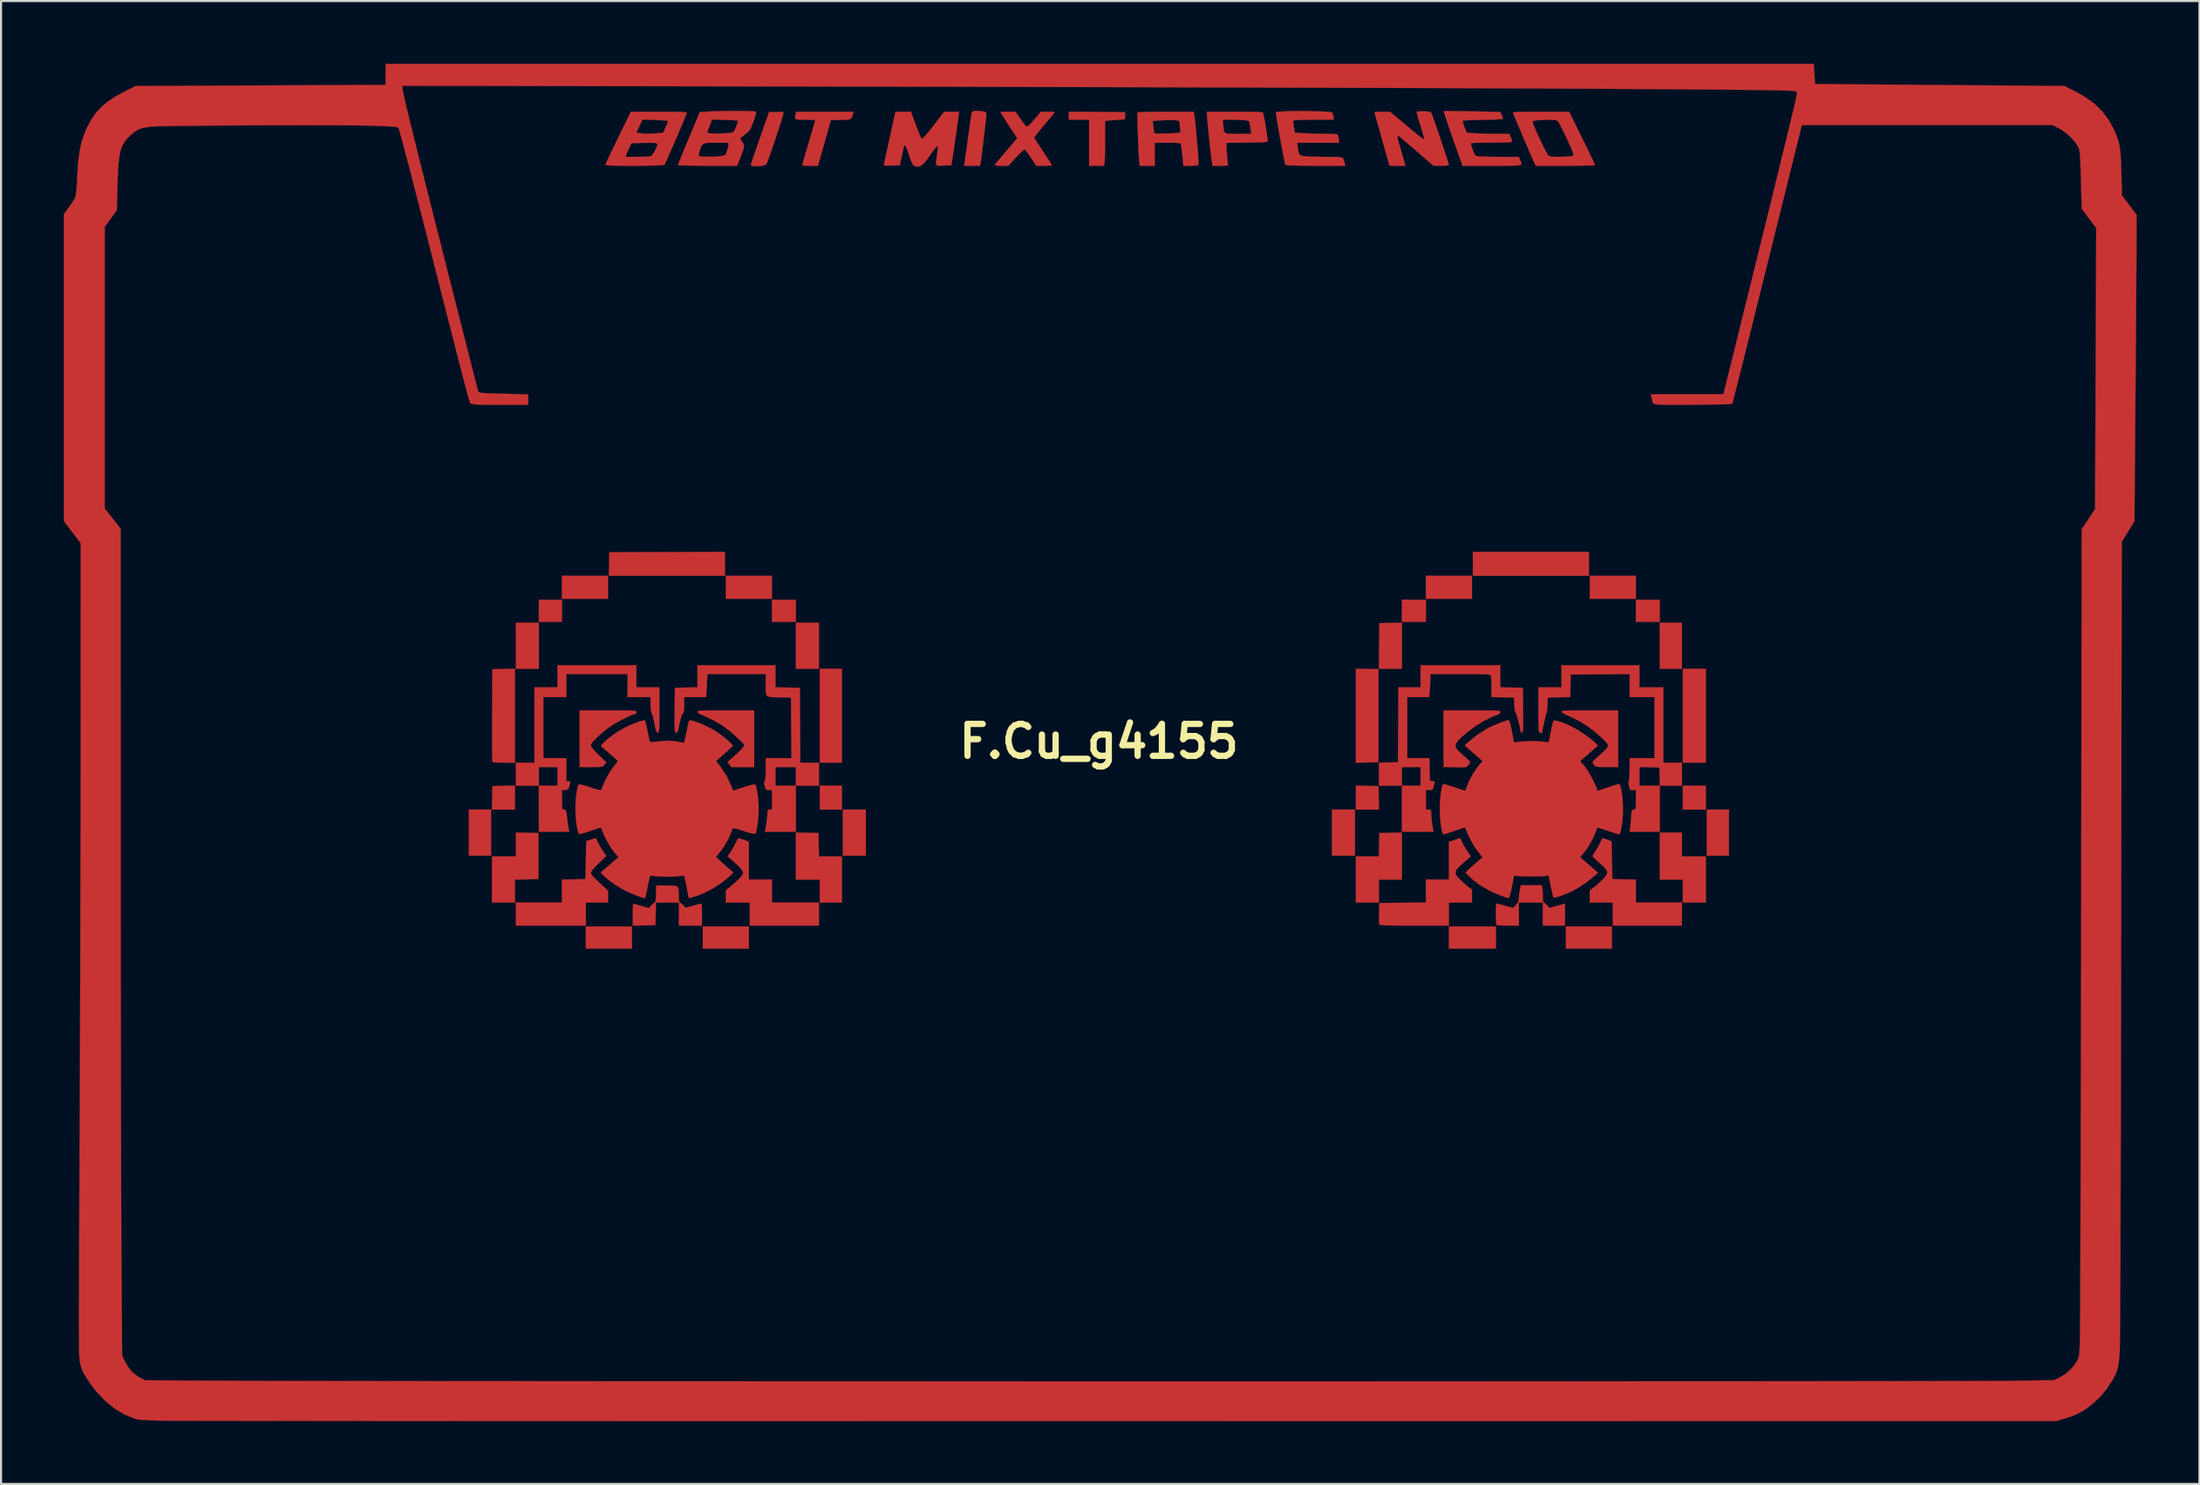
<source format=kicad_pcb>
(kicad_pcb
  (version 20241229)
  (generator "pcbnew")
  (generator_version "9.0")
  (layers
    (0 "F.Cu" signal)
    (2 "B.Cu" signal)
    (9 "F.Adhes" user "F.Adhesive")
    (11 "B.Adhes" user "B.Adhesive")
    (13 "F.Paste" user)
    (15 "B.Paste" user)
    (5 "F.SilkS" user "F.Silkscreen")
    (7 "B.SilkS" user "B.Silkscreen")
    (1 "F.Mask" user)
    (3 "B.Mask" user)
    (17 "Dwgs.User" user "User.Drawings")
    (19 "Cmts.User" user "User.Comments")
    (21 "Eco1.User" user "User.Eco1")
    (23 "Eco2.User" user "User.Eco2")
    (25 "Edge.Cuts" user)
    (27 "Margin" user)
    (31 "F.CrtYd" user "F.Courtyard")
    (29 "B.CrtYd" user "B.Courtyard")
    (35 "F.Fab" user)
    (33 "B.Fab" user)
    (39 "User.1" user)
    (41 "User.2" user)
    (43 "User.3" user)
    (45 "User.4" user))
  (footprint "F.Cu_g4155"
    (layer "F.Cu")
    (at 49.45 32.39)
    (property "Reference" "F.Cu_g4155" (at 0 0 0) (layer "F.SilkS") (effects (font (size 1.524 1.524) (thickness 0.3))))
    (attr through_hole)
    (fp_poly (pts (xy -29.041 5.461) (xy -30.099 5.461) (xy -30.099 3.26) (xy -29.041 3.26) (xy -29.041 5.461)) (stroke (width 0.01) (type solid)) (fill yes) (layer "F.Cu"))
    (fp_poly (pts (xy -26.755 -3.471) (xy -27.855 -3.471) (xy -27.855 -5.673) (xy -26.755 -5.673) (xy -26.755 -3.471)) (stroke (width 0.01) (type solid)) (fill yes) (layer "F.Cu"))
    (fp_poly (pts (xy -25.654 -5.715) (xy -26.755 -5.715) (xy -26.755 -6.773) (xy -25.654 -6.773) (xy -25.654 -5.715)) (stroke (width 0.01) (type solid)) (fill yes) (layer "F.Cu"))
    (fp_poly (pts (xy -23.453 -6.816) (xy -25.654 -6.816) (xy -25.654 -7.916) (xy -23.453 -7.916) (xy -23.453 -6.816)) (stroke (width 0.01) (type solid)) (fill yes) (layer "F.Cu"))
    (fp_poly (pts (xy -22.31 9.906) (xy -24.511 9.906) (xy -24.511 8.848) (xy -22.31 8.848) (xy -22.31 9.906)) (stroke (width 0.01) (type solid)) (fill yes) (layer "F.Cu"))
    (fp_poly (pts (xy -16.722 9.906) (xy -18.923 9.906) (xy -18.923 8.848) (xy -16.722 8.848) (xy -16.722 9.906)) (stroke (width 0.01) (type solid)) (fill yes) (layer "F.Cu"))
    (fp_poly (pts (xy -15.621 -6.816) (xy -17.822 -6.816) (xy -17.822 -7.916) (xy -15.621 -7.916) (xy -15.621 -6.816)) (stroke (width 0.01) (type solid)) (fill yes) (layer "F.Cu"))
    (fp_poly (pts (xy -14.478 -5.715) (xy -15.621 -5.715) (xy -15.621 -6.773) (xy -14.478 -6.773) (xy -14.478 -5.715)) (stroke (width 0.01) (type solid)) (fill yes) (layer "F.Cu"))
    (fp_poly (pts (xy -13.377 -3.471) (xy -14.478 -3.471) (xy -14.478 -5.673) (xy -13.377 -5.673) (xy -13.377 -3.471)) (stroke (width 0.01) (type solid)) (fill yes) (layer "F.Cu"))
    (fp_poly (pts (xy -12.277 1.016) (xy -13.335 1.016) (xy -13.335 -3.471) (xy -12.277 -3.471) (xy -12.277 1.016)) (stroke (width 0.01) (type solid)) (fill yes) (layer "F.Cu"))
    (fp_poly (pts (xy -12.277 3.26) (xy -13.335 3.26) (xy -13.335 2.117) (xy -12.277 2.117) (xy -12.277 3.26)) (stroke (width 0.01) (type solid)) (fill yes) (layer "F.Cu"))
    (fp_poly (pts (xy -11.134 5.461) (xy -12.234 5.461) (xy -12.234 3.26) (xy -11.134 3.26) (xy -11.134 5.461)) (stroke (width 0.01) (type solid)) (fill yes) (layer "F.Cu"))
    (fp_poly (pts (xy 12.234 5.461) (xy 11.134 5.461) (xy 11.134 3.26) (xy 12.234 3.26) (xy 12.234 5.461)) (stroke (width 0.01) (type solid)) (fill yes) (layer "F.Cu"))
    (fp_poly (pts (xy 15.621 -5.715) (xy 14.478 -5.715) (xy 14.478 -6.773) (xy 15.621 -6.773) (xy 15.621 -5.715)) (stroke (width 0.01) (type solid)) (fill yes) (layer "F.Cu"))
    (fp_poly (pts (xy 17.822 -6.816) (xy 15.621 -6.816) (xy 15.621 -7.916) (xy 17.822 -7.916) (xy 17.822 -6.816)) (stroke (width 0.01) (type solid)) (fill yes) (layer "F.Cu"))
    (fp_poly (pts (xy 18.965 9.906) (xy 16.722 9.906) (xy 16.722 8.848) (xy 18.965 8.848) (xy 18.965 9.906)) (stroke (width 0.01) (type solid)) (fill yes) (layer "F.Cu"))
    (fp_poly (pts (xy 23.41 -7.916) (xy 17.865 -7.916) (xy 17.865 -9.059) (xy 23.41 -9.059) (xy 23.41 -7.916)) (stroke (width 0.01) (type solid)) (fill yes) (layer "F.Cu"))
    (fp_poly (pts (xy 24.511 9.906) (xy 22.31 9.906) (xy 22.31 8.848) (xy 24.511 8.848) (xy 24.511 9.906)) (stroke (width 0.01) (type solid)) (fill yes) (layer "F.Cu"))
    (fp_poly (pts (xy 25.654 -6.816) (xy 23.453 -6.816) (xy 23.453 -7.916) (xy 25.654 -7.916) (xy 25.654 -6.816)) (stroke (width 0.01) (type solid)) (fill yes) (layer "F.Cu"))
    (fp_poly (pts (xy 26.797 -5.715) (xy 25.654 -5.715) (xy 25.654 -6.773) (xy 26.797 -6.773) (xy 26.797 -5.715)) (stroke (width 0.01) (type solid)) (fill yes) (layer "F.Cu"))
    (fp_poly (pts (xy 27.855 -3.471) (xy 26.797 -3.471) (xy 26.797 -5.673) (xy 27.855 -5.673) (xy 27.855 -3.471)) (stroke (width 0.01) (type solid)) (fill yes) (layer "F.Cu"))
    (fp_poly (pts (xy 28.998 1.016) (xy 27.898 1.016) (xy 27.898 -3.471) (xy 28.998 -3.471) (xy 28.998 1.016)) (stroke (width 0.01) (type solid)) (fill yes) (layer "F.Cu"))
    (fp_poly (pts (xy 28.998 3.26) (xy 27.898 3.26) (xy 27.898 2.117) (xy 28.998 2.117) (xy 28.998 3.26)) (stroke (width 0.01) (type solid)) (fill yes) (layer "F.Cu"))
    (fp_poly (pts (xy 30.099 5.461) (xy 29.041 5.461) (xy 29.041 3.26) (xy 30.099 3.26) (xy 30.099 5.461)) (stroke (width 0.01) (type solid)) (fill yes) (layer "F.Cu"))
    (fp_poly (pts (xy -17.865 -7.916) (xy -23.413 -7.916) (xy -23.401 -8.477) (xy -23.389 -9.038) (xy -17.865 -9.06) (xy -17.865 -7.916)) (stroke (width 0.01) (type solid)) (fill yes) (layer "F.Cu"))
    (fp_poly (pts (xy 12.816 -3.462) (xy 13.356 -3.45) (xy 13.356 0.995) (xy 12.277 1.019) (xy 12.277 -3.474) (xy 12.816 -3.462)) (stroke (width 0.01) (type solid)) (fill yes) (layer "F.Cu"))
    (fp_poly (pts (xy 14.478 -3.471) (xy 13.376 -3.471) (xy 13.387 -4.561) (xy 13.399 -5.652) (xy 14.478 -5.675) (xy 14.478 -3.471)) (stroke (width 0.01) (type solid)) (fill yes) (layer "F.Cu"))
    (fp_poly (pts (xy -27.898 3.26) (xy -29.001 3.26) (xy -28.989 2.699) (xy -28.977 2.138) (xy -28.437 2.126) (xy -27.898 2.114) (xy -27.898 3.26)) (stroke (width 0.01) (type solid)) (fill yes) (layer "F.Cu"))
    (fp_poly (pts (xy 12.816 2.126) (xy 13.356 2.138) (xy 13.368 2.699) (xy 13.38 3.26) (xy 12.277 3.26) (xy 12.277 2.114) (xy 12.816 2.126)) (stroke (width 0.01) (type solid)) (fill yes) (layer "F.Cu"))
    (fp_poly (pts (xy -13.399 4.381) (xy -13.375 5.503) (xy -12.277 5.503) (xy -12.277 7.705) (xy -13.335 7.705) (xy -13.335 6.604) (xy -14.478 6.604) (xy -14.478 4.358) (xy -13.399 4.381)) (stroke (width 0.01) (type solid)) (fill yes) (layer "F.Cu"))
    (fp_poly (pts (xy 14.478 6.604) (xy 13.377 6.604) (xy 13.377 7.705) (xy 12.277 7.705) (xy 12.277 5.503) (xy 13.375 5.503) (xy 13.399 4.381) (xy 14.478 4.358) (xy 14.478 6.604)) (stroke (width 0.01) (type solid)) (fill yes) (layer "F.Cu"))
    (fp_poly (pts (xy 27.855 5.503) (xy 28.998 5.503) (xy 28.998 7.705) (xy 27.898 7.705) (xy 27.898 6.604) (xy 26.797 6.604) (xy 26.797 4.36) (xy 27.855 4.36) (xy 27.855 5.503)) (stroke (width 0.01) (type solid)) (fill yes) (layer "F.Cu"))
    (fp_poly (pts (xy -26.776 4.381) (xy -26.776 6.583) (xy -27.337 6.595) (xy -27.898 6.606) (xy -27.898 7.705) (xy -28.998 7.705) (xy -28.998 5.503) (xy -27.855 5.503) (xy -27.855 4.358) (xy -26.776 4.381)) (stroke (width 0.01) (type solid)) (fill yes) (layer "F.Cu"))
    (fp_poly (pts (xy -0.095 -30.089) (xy 1.249 -30.078) (xy 1.249 -29.739) (xy 0.296 -29.666) (xy 0.296 -28.724) (xy 0.295 -28.442) (xy 0.292 -28.181) (xy 0.287 -27.956) (xy 0.28 -27.781) (xy 0.273 -27.671) (xy 0.27 -27.649) (xy 0.243 -27.517) (xy -0.466 -27.517) (xy -0.466 -29.718) (xy -1.439 -29.718) (xy -1.439 -30.1) (xy -0.095 -30.089)) (stroke (width 0.01) (type solid)) (fill yes) (layer "F.Cu"))
    (fp_poly (pts (xy -27.898 1.016) (xy -28.428 1.016) (xy -28.671 1.013) (xy -28.837 1.004) (xy -28.937 0.989) (xy -28.978 0.965) (xy -28.979 0.963) (xy -28.983 0.912) (xy -28.986 0.784) (xy -28.988 0.587) (xy -28.99 0.331) (xy -28.991 0.022) (xy -28.991 -0.33) (xy -28.99 -0.719) (xy -28.989 -1.134) (xy -28.988 -1.27) (xy -28.977 -3.45) (xy -28.437 -3.462) (xy -27.898 -3.474) (xy -27.898 1.016)) (stroke (width 0.01) (type solid)) (fill yes) (layer "F.Cu"))
    (fp_poly (pts (xy -16.468 1.228) (xy -17.563 1.228) (xy -17.65 1.105) (xy -17.737 0.983) (xy -17.409 0.697) (xy -17.261 0.563) (xy -17.13 0.434) (xy -17.034 0.33) (xy -17.002 0.288) (xy -16.922 0.165) (xy -17.279 -0.182) (xy -17.638 -0.501) (xy -18.018 -0.777) (xy -18.438 -1.021) (xy -18.919 -1.247) (xy -19.061 -1.306) (xy -19.144 -1.359) (xy -19.177 -1.417) (xy -19.169 -1.435) (xy -19.137 -1.45) (xy -19.076 -1.461) (xy -18.975 -1.469) (xy -18.826 -1.475) (xy -18.622 -1.479) (xy -18.354 -1.481) (xy -18.013 -1.482) (xy -17.822 -1.482) (xy -16.468 -1.482) (xy -16.468 1.228)) (stroke (width 0.01) (type solid)) (fill yes) (layer "F.Cu"))
    (fp_poly (pts (xy -16.722 4.791) (xy -16.722 6.604) (xy -15.621 6.604) (xy -15.621 7.705) (xy -13.377 7.705) (xy -13.377 8.805) (xy -16.679 8.805) (xy -16.679 7.705) (xy -17.822 7.705) (xy -17.822 7.124) (xy -17.506 6.859) (xy -17.354 6.727) (xy -17.216 6.596) (xy -17.112 6.489) (xy -17.082 6.453) (xy -17.015 6.355) (xy -16.998 6.283) (xy -17.022 6.201) (xy -17.028 6.188) (xy -17.082 6.107) (xy -17.185 5.992) (xy -17.32 5.86) (xy -17.409 5.78) (xy -17.736 5.495) (xy -17.615 5.319) (xy -17.53 5.185) (xy -17.433 5.015) (xy -17.363 4.881) (xy -17.231 4.619) (xy -16.722 4.791)) (stroke (width 0.01) (type solid)) (fill yes) (layer "F.Cu"))
    (fp_poly (pts (xy -24.007 4.667) (xy -23.966 4.759) (xy -23.943 4.811) (xy -23.878 4.94) (xy -23.786 5.101) (xy -23.701 5.234) (xy -23.535 5.482) (xy -23.892 5.821) (xy -24.036 5.964) (xy -24.157 6.095) (xy -24.239 6.198) (xy -24.27 6.255) (xy -24.268 6.305) (xy -24.236 6.369) (xy -24.164 6.457) (xy -24.045 6.579) (xy -23.872 6.746) (xy -23.453 7.141) (xy -23.453 7.705) (xy -24.511 7.705) (xy -24.511 8.805) (xy -27.855 8.805) (xy -27.855 7.705) (xy -25.654 7.705) (xy -25.654 6.606) (xy -24.532 6.583) (xy -24.511 5.677) (xy -24.49 4.77) (xy -24.26 4.693) (xy -24.136 4.652) (xy -24.05 4.628) (xy -24.025 4.625) (xy -24.007 4.667)) (stroke (width 0.01) (type solid)) (fill yes) (layer "F.Cu"))
    (fp_poly (pts (xy -15.14 -30.089) (xy -15.088 -30.073) (xy -15.071 -30.042) (xy -15.071 -30.031) (xy -15.084 -29.968) (xy -15.121 -29.839) (xy -15.177 -29.654) (xy -15.249 -29.428) (xy -15.332 -29.173) (xy -15.422 -28.901) (xy -15.514 -28.625) (xy -15.605 -28.357) (xy -15.69 -28.111) (xy -15.766 -27.898) (xy -15.827 -27.732) (xy -15.869 -27.624) (xy -15.886 -27.591) (xy -15.959 -27.549) (xy -16.09 -27.516) (xy -16.251 -27.496) (xy -16.416 -27.493) (xy -16.521 -27.503) (xy -16.604 -27.526) (xy -16.635 -27.551) (xy -16.621 -27.597) (xy -16.583 -27.713) (xy -16.523 -27.888) (xy -16.445 -28.115) (xy -16.353 -28.381) (xy -16.25 -28.679) (xy -16.197 -28.829) (xy -15.762 -30.078) (xy -15.416 -30.09) (xy -15.244 -30.094) (xy -15.14 -30.089)) (stroke (width 0.01) (type solid)) (fill yes) (layer "F.Cu"))
    (fp_poly (pts (xy -5.705 -30.136) (xy -5.535 -30.114) (xy -5.43 -30.088) (xy -5.385 -30.044) (xy -5.376 -29.973) (xy -5.381 -29.903) (xy -5.395 -29.763) (xy -5.417 -29.567) (xy -5.444 -29.33) (xy -5.474 -29.065) (xy -5.507 -28.787) (xy -5.541 -28.51) (xy -5.573 -28.248) (xy -5.603 -28.014) (xy -5.628 -27.824) (xy -5.647 -27.69) (xy -5.653 -27.654) (xy -5.677 -27.517) (xy -6.444 -27.517) (xy -6.419 -27.654) (xy -6.407 -27.733) (xy -6.385 -27.882) (xy -6.356 -28.09) (xy -6.321 -28.343) (xy -6.281 -28.629) (xy -6.244 -28.903) (xy -6.203 -29.203) (xy -6.164 -29.477) (xy -6.129 -29.713) (xy -6.101 -29.9) (xy -6.08 -30.026) (xy -6.069 -30.078) (xy -6.01 -30.121) (xy -5.884 -30.14) (xy -5.705 -30.136)) (stroke (width 0.01) (type solid)) (fill yes) (layer "F.Cu"))
    (fp_poly (pts (xy 24.104 4.634) (xy 24.199 4.666) (xy 24.281 4.696) (xy 24.49 4.775) (xy 24.511 5.679) (xy 24.532 6.583) (xy 25.093 6.595) (xy 25.654 6.606) (xy 25.654 7.705) (xy 27.855 7.705) (xy 27.855 8.805) (xy 24.553 8.805) (xy 24.553 7.705) (xy 23.453 7.705) (xy 23.453 7.129) (xy 23.654 6.975) (xy 23.79 6.862) (xy 23.948 6.72) (xy 24.081 6.59) (xy 24.204 6.455) (xy 24.273 6.342) (xy 24.284 6.238) (xy 24.236 6.129) (xy 24.125 6) (xy 23.949 5.837) (xy 23.926 5.817) (xy 23.788 5.695) (xy 23.677 5.592) (xy 23.605 5.521) (xy 23.587 5.499) (xy 23.602 5.447) (xy 23.653 5.352) (xy 23.698 5.283) (xy 23.79 5.137) (xy 23.888 4.965) (xy 23.939 4.868) (xy 24.001 4.745) (xy 24.047 4.657) (xy 24.064 4.626) (xy 24.104 4.634)) (stroke (width 0.01) (type solid)) (fill yes) (layer "F.Cu"))
    (fp_poly (pts (xy 17.363 4.839) (xy 17.446 4.998) (xy 17.551 5.175) (xy 17.617 5.274) (xy 17.772 5.495) (xy 17.419 5.798) (xy 17.228 5.969) (xy 17.103 6.103) (xy 17.039 6.214) (xy 17.034 6.315) (xy 17.084 6.419) (xy 17.186 6.539) (xy 17.215 6.569) (xy 17.359 6.708) (xy 17.517 6.848) (xy 17.621 6.933) (xy 17.822 7.087) (xy 17.822 7.705) (xy 16.722 7.705) (xy 16.722 8.805) (xy 15.069 8.805) (xy 14.637 8.805) (xy 14.282 8.803) (xy 13.998 8.8) (xy 13.778 8.795) (xy 13.615 8.789) (xy 13.502 8.78) (xy 13.433 8.769) (xy 13.4 8.756) (xy 13.396 8.75) (xy 13.388 8.687) (xy 13.384 8.559) (xy 13.384 8.386) (xy 13.386 8.21) (xy 13.399 7.726) (xy 14.51 7.715) (xy 15.621 7.703) (xy 15.621 6.604) (xy 16.722 6.604) (xy 16.722 4.801) (xy 16.992 4.713) (xy 17.263 4.625) (xy 17.363 4.839)) (stroke (width 0.01) (type solid)) (fill yes) (layer "F.Cu"))
    (fp_poly (pts (xy 18.196 -1.481) (xy 18.495 -1.481) (xy 18.725 -1.478) (xy 18.897 -1.475) (xy 19.019 -1.469) (xy 19.099 -1.46) (xy 19.146 -1.447) (xy 19.169 -1.431) (xy 19.177 -1.411) (xy 19.177 -1.4) (xy 19.143 -1.329) (xy 19.034 -1.273) (xy 19.018 -1.267) (xy 18.71 -1.144) (xy 18.371 -0.967) (xy 18.023 -0.752) (xy 17.688 -0.512) (xy 17.387 -0.262) (xy 17.236 -0.116) (xy 17.114 0.019) (xy 17.045 0.131) (xy 17.033 0.234) (xy 17.079 0.342) (xy 17.187 0.469) (xy 17.361 0.628) (xy 17.4 0.663) (xy 17.539 0.786) (xy 17.65 0.892) (xy 17.719 0.967) (xy 17.736 0.995) (xy 17.711 1.053) (xy 17.648 1.136) (xy 17.642 1.143) (xy 17.6 1.186) (xy 17.555 1.216) (xy 17.49 1.233) (xy 17.391 1.241) (xy 17.24 1.241) (xy 17.021 1.237) (xy 17.007 1.237) (xy 16.468 1.225) (xy 16.468 -1.482) (xy 17.822 -1.482) (xy 18.196 -1.481)) (stroke (width 0.01) (type solid)) (fill yes) (layer "F.Cu"))
    (fp_poly (pts (xy -23.079 -1.482) (xy -22.781 -1.481) (xy -22.55 -1.479) (xy -22.378 -1.475) (xy -22.257 -1.469) (xy -22.177 -1.46) (xy -22.129 -1.448) (xy -22.106 -1.432) (xy -22.099 -1.411) (xy -22.098 -1.397) (xy -22.12 -1.328) (xy -22.151 -1.312) (xy -22.236 -1.291) (xy -22.377 -1.236) (xy -22.556 -1.154) (xy -22.756 -1.055) (xy -22.961 -0.947) (xy -23.152 -0.838) (xy -23.3 -0.745) (xy -23.496 -0.603) (xy -23.713 -0.43) (xy -23.913 -0.255) (xy -23.974 -0.197) (xy -24.122 -0.048) (xy -24.215 0.057) (xy -24.263 0.133) (xy -24.275 0.193) (xy -24.272 0.217) (xy -24.234 0.285) (xy -24.145 0.394) (xy -24.021 0.529) (xy -23.891 0.657) (xy -23.532 0.997) (xy -23.622 1.113) (xy -23.662 1.16) (xy -23.703 1.192) (xy -23.763 1.212) (xy -23.857 1.222) (xy -24 1.227) (xy -24.209 1.228) (xy -24.26 1.228) (xy -24.807 1.228) (xy -24.807 -1.482) (xy -23.453 -1.482) (xy -23.079 -1.482)) (stroke (width 0.01) (type solid)) (fill yes) (layer "F.Cu"))
    (fp_poly (pts (xy 24.807 1.228) (xy 24.268 1.226) (xy 24.045 1.225) (xy 23.891 1.221) (xy 23.791 1.211) (xy 23.728 1.193) (xy 23.687 1.163) (xy 23.651 1.12) (xy 23.651 1.119) (xy 23.6 1.034) (xy 23.587 0.979) (xy 23.587 0.978) (xy 23.623 0.937) (xy 23.709 0.855) (xy 23.83 0.745) (xy 23.92 0.665) (xy 24.064 0.534) (xy 24.188 0.411) (xy 24.274 0.313) (xy 24.299 0.276) (xy 24.322 0.225) (xy 24.324 0.178) (xy 24.296 0.121) (xy 24.229 0.04) (xy 24.115 -0.08) (xy 24.043 -0.153) (xy 23.727 -0.438) (xy 23.36 -0.713) (xy 22.971 -0.959) (xy 22.588 -1.154) (xy 22.508 -1.188) (xy 22.329 -1.268) (xy 22.194 -1.34) (xy 22.117 -1.397) (xy 22.105 -1.415) (xy 22.109 -1.434) (xy 22.133 -1.448) (xy 22.186 -1.46) (xy 22.277 -1.468) (xy 22.413 -1.474) (xy 22.603 -1.478) (xy 22.855 -1.481) (xy 23.178 -1.482) (xy 23.45 -1.482) (xy 24.807 -1.482) (xy 24.807 1.228)) (stroke (width 0.01) (type solid)) (fill yes) (layer "F.Cu"))
    (fp_poly (pts (xy 21.185 7.001) (xy 21.197 7.106) (xy 21.206 7.261) (xy 21.209 7.414) (xy 21.215 7.566) (xy 21.23 7.669) (xy 21.252 7.705) (xy 21.305 7.734) (xy 21.385 7.805) (xy 21.411 7.832) (xy 21.526 7.96) (xy 21.897 7.86) (xy 22.267 7.76) (xy 22.267 8.805) (xy 21.209 8.805) (xy 21.209 7.705) (xy 20.066 7.705) (xy 20.066 8.805) (xy 19.544 8.805) (xy 19.342 8.803) (xy 19.171 8.797) (xy 19.049 8.788) (xy 18.994 8.778) (xy 18.994 8.777) (xy 18.983 8.726) (xy 18.974 8.608) (xy 18.968 8.441) (xy 18.965 8.243) (xy 18.966 8.029) (xy 18.971 7.887) (xy 18.98 7.802) (xy 18.997 7.763) (xy 19.024 7.755) (xy 19.039 7.758) (xy 19.114 7.779) (xy 19.245 7.814) (xy 19.408 7.858) (xy 19.452 7.87) (xy 19.791 7.96) (xy 19.928 7.814) (xy 20.023 7.692) (xy 20.062 7.573) (xy 20.066 7.503) (xy 20.075 7.362) (xy 20.097 7.191) (xy 20.112 7.108) (xy 20.158 6.879) (xy 21.16 6.879) (xy 21.185 7.001)) (stroke (width 0.01) (type solid)) (fill yes) (layer "F.Cu"))
    (fp_poly (pts (xy -11.753 -29.983) (xy -11.781 -29.873) (xy -11.816 -29.799) (xy -11.872 -29.753) (xy -11.965 -29.728) (xy -12.111 -29.716) (xy -12.326 -29.709) (xy -12.33 -29.709) (xy -12.805 -29.697) (xy -13.049 -28.829) (xy -13.126 -28.555) (xy -13.2 -28.295) (xy -13.265 -28.064) (xy -13.317 -27.878) (xy -13.353 -27.755) (xy -13.357 -27.739) (xy -13.422 -27.517) (xy -13.805 -27.517) (xy -13.986 -27.518) (xy -14.097 -27.525) (xy -14.154 -27.54) (xy -14.17 -27.565) (xy -14.166 -27.591) (xy -14.148 -27.651) (xy -14.11 -27.78) (xy -14.055 -27.966) (xy -13.988 -28.196) (xy -13.911 -28.457) (xy -13.863 -28.617) (xy -13.783 -28.891) (xy -13.709 -29.14) (xy -13.647 -29.353) (xy -13.599 -29.516) (xy -13.569 -29.618) (xy -13.562 -29.644) (xy -13.56 -29.676) (xy -13.584 -29.697) (xy -13.648 -29.71) (xy -13.764 -29.716) (xy -13.948 -29.718) (xy -14.031 -29.718) (xy -14.246 -29.718) (xy -14.39 -29.724) (xy -14.474 -29.743) (xy -14.512 -29.78) (xy -14.516 -29.844) (xy -14.499 -29.94) (xy -14.494 -29.967) (xy -14.467 -30.099) (xy -11.725 -30.099) (xy -11.753 -29.983)) (stroke (width 0.01) (type solid)) (fill yes) (layer "F.Cu"))
    (fp_poly (pts (xy -20.638 6.89) (xy -20.411 6.891) (xy -20.255 6.901) (xy -20.157 6.931) (xy -20.102 6.993) (xy -20.079 7.099) (xy -20.072 7.262) (xy -20.07 7.398) (xy -20.063 7.554) (xy -20.046 7.662) (xy -20.024 7.705) (xy -20.023 7.705) (xy -19.969 7.733) (xy -19.888 7.804) (xy -19.864 7.829) (xy -19.748 7.954) (xy -19.452 7.873) (xy -19.291 7.829) (xy -19.15 7.79) (xy -19.061 7.765) (xy -19.061 7.765) (xy -19.021 7.756) (xy -18.995 7.764) (xy -18.978 7.803) (xy -18.969 7.885) (xy -18.966 8.024) (xy -18.965 8.233) (xy -18.965 8.271) (xy -18.965 8.805) (xy -20.066 8.805) (xy -20.066 7.705) (xy -21.164 7.705) (xy -21.188 8.784) (xy -22.267 8.808) (xy -22.267 8.273) (xy -22.266 8.052) (xy -22.263 7.903) (xy -22.254 7.814) (xy -22.239 7.77) (xy -22.215 7.761) (xy -22.193 7.767) (xy -22.118 7.791) (xy -21.987 7.83) (xy -21.827 7.875) (xy -21.803 7.882) (xy -21.487 7.969) (xy -21.377 7.837) (xy -21.296 7.753) (xy -21.23 7.708) (xy -21.218 7.705) (xy -21.191 7.663) (xy -21.171 7.537) (xy -21.159 7.329) (xy -21.158 7.296) (xy -21.145 6.887) (xy -20.638 6.89)) (stroke (width 0.01) (type solid)) (fill yes) (layer "F.Cu"))
    (fp_poly (pts (xy 6.862 -30.099) (xy 7.159 -30.098) (xy 7.389 -30.095) (xy 7.56 -30.091) (xy 7.682 -30.084) (xy 7.763 -30.074) (xy 7.812 -30.062) (xy 7.837 -30.045) (xy 7.848 -30.025) (xy 7.872 -29.926) (xy 7.902 -29.775) (xy 7.936 -29.587) (xy 7.971 -29.381) (xy 8.004 -29.173) (xy 8.032 -28.98) (xy 8.054 -28.82) (xy 8.065 -28.709) (xy 8.064 -28.666) (xy 8.015 -28.657) (xy 7.894 -28.649) (xy 7.713 -28.64) (xy 7.485 -28.633) (xy 7.22 -28.627) (xy 7.06 -28.624) (xy 6.084 -28.609) (xy 6.112 -28.158) (xy 6.126 -27.962) (xy 6.141 -27.788) (xy 6.156 -27.661) (xy 6.165 -27.612) (xy 6.174 -27.567) (xy 6.16 -27.539) (xy 6.109 -27.524) (xy 6.005 -27.518) (xy 5.834 -27.517) (xy 5.808 -27.517) (xy 5.426 -27.517) (xy 5.401 -27.675) (xy 5.382 -27.808) (xy 5.358 -28.007) (xy 5.329 -28.254) (xy 5.298 -28.531) (xy 5.267 -28.821) (xy 5.238 -29.105) (xy 5.212 -29.364) (xy 5.192 -29.582) (xy 5.182 -29.707) (xy 5.181 -29.718) (xy 5.915 -29.718) (xy 5.943 -29.443) (xy 5.958 -29.292) (xy 5.975 -29.184) (xy 6.007 -29.112) (xy 6.067 -29.069) (xy 6.167 -29.048) (xy 6.322 -29.041) (xy 6.542 -29.04) (xy 6.654 -29.041) (xy 7.288 -29.041) (xy 7.265 -29.157) (xy 7.245 -29.273) (xy 7.222 -29.421) (xy 7.215 -29.469) (xy 7.195 -29.589) (xy 7.161 -29.65) (xy 7.088 -29.678) (xy 6.996 -29.692) (xy 6.87 -29.703) (xy 6.688 -29.712) (xy 6.48 -29.717) (xy 6.359 -29.718) (xy 5.915 -29.718) (xy 5.181 -29.718) (xy 5.153 -30.099) (xy 6.489 -30.099) (xy 6.862 -30.099)) (stroke (width 0.01) (type solid)) (fill yes) (layer "F.Cu"))
    (fp_poly (pts (xy -22.098 -2.582) (xy -20.997 -2.582) (xy -20.997 -1.503) (xy -20.998 -1.173) (xy -20.999 -0.917) (xy -21.002 -0.728) (xy -21.008 -0.594) (xy -21.017 -0.506) (xy -21.029 -0.455) (xy -21.047 -0.43) (xy -21.069 -0.423) (xy -21.074 -0.423) (xy -21.113 -0.436) (xy -21.145 -0.485) (xy -21.175 -0.584) (xy -21.21 -0.746) (xy -21.227 -0.836) (xy -21.266 -1.024) (xy -21.307 -1.188) (xy -21.345 -1.306) (xy -21.362 -1.343) (xy -21.397 -1.451) (xy -21.417 -1.63) (xy -21.421 -1.777) (xy -21.421 -2.117) (xy -22.521 -2.117) (xy -22.521 -3.217) (xy -25.442 -3.217) (xy -25.442 -2.117) (xy -26.543 -2.117) (xy -26.543 0.804) (xy -25.442 0.804) (xy -25.442 1.905) (xy -25.341 1.905) (xy -25.282 1.909) (xy -25.258 1.936) (xy -25.266 2.007) (xy -25.29 2.106) (xy -25.326 2.227) (xy -25.366 2.289) (xy -25.435 2.313) (xy -25.498 2.32) (xy -25.654 2.333) (xy -25.654 2.797) (xy -25.653 2.999) (xy -25.649 3.132) (xy -25.639 3.21) (xy -25.618 3.247) (xy -25.585 3.259) (xy -25.554 3.26) (xy -25.508 3.265) (xy -25.476 3.29) (xy -25.452 3.351) (xy -25.432 3.463) (xy -25.408 3.642) (xy -25.405 3.672) (xy -25.381 3.864) (xy -25.357 4.036) (xy -25.338 4.162) (xy -25.33 4.202) (xy -25.305 4.318) (xy -26.755 4.318) (xy -26.755 2.117) (xy -27.855 2.117) (xy -27.855 1.228) (xy -26.755 1.228) (xy -26.755 2.117) (xy -25.866 2.117) (xy -25.866 1.228) (xy -26.755 1.228) (xy -27.855 1.228) (xy -27.855 1.016) (xy -26.966 1.016) (xy -26.966 -2.582) (xy -25.866 -2.582) (xy -25.866 -3.641) (xy -22.098 -3.641) (xy -22.098 -2.582)) (stroke (width 0.01) (type solid)) (fill yes) (layer "F.Cu"))
    (fp_poly (pts (xy -3.774 -29.791) (xy -3.671 -29.644) (xy -3.579 -29.52) (xy -3.512 -29.439) (xy -3.497 -29.425) (xy -3.457 -29.4) (xy -3.416 -29.398) (xy -3.363 -29.429) (xy -3.287 -29.5) (xy -3.179 -29.62) (xy -3.028 -29.796) (xy -3.022 -29.803) (xy -2.773 -30.097) (xy -2.445 -30.098) (xy -2.29 -30.096) (xy -2.175 -30.089) (xy -2.119 -30.078) (xy -2.117 -30.075) (xy -2.143 -30.037) (xy -2.215 -29.945) (xy -2.325 -29.81) (xy -2.463 -29.643) (xy -2.603 -29.475) (xy -2.76 -29.288) (xy -2.896 -29.122) (xy -3.002 -28.989) (xy -3.07 -28.899) (xy -3.09 -28.865) (xy -3.068 -28.821) (xy -3.006 -28.718) (xy -2.911 -28.569) (xy -2.791 -28.385) (xy -2.667 -28.198) (xy -2.531 -27.994) (xy -2.414 -27.814) (xy -2.322 -27.671) (xy -2.263 -27.576) (xy -2.244 -27.541) (xy -2.283 -27.53) (xy -2.388 -27.522) (xy -2.539 -27.517) (xy -2.619 -27.517) (xy -2.995 -27.517) (xy -3.244 -27.897) (xy -3.35 -28.054) (xy -3.444 -28.184) (xy -3.513 -28.27) (xy -3.542 -28.296) (xy -3.588 -28.274) (xy -3.678 -28.2) (xy -3.799 -28.084) (xy -3.938 -27.939) (xy -3.959 -27.916) (xy -4.326 -27.517) (xy -4.663 -27.517) (xy -4.841 -27.521) (xy -4.942 -27.533) (xy -4.974 -27.556) (xy -4.971 -27.565) (xy -4.935 -27.611) (xy -4.853 -27.71) (xy -4.734 -27.852) (xy -4.588 -28.025) (xy -4.423 -28.219) (xy -4.42 -28.223) (xy -3.898 -28.832) (xy -4.299 -29.438) (xy -4.43 -29.638) (xy -4.543 -29.814) (xy -4.631 -29.953) (xy -4.685 -30.043) (xy -4.699 -30.072) (xy -4.66 -30.084) (xy -4.556 -30.093) (xy -4.406 -30.099) (xy -4.34 -30.099) (xy -3.982 -30.099) (xy -3.774 -29.791)) (stroke (width 0.01) (type solid)) (fill yes) (layer "F.Cu"))
    (fp_poly (pts (xy -8.891 -29.856) (xy -8.766 -29.517) (xy -8.659 -29.238) (xy -8.573 -29.025) (xy -8.51 -28.881) (xy -8.471 -28.812) (xy -8.466 -28.807) (xy -8.422 -28.825) (xy -8.336 -28.907) (xy -8.207 -29.055) (xy -8.032 -29.27) (xy -7.812 -29.553) (xy -7.709 -29.687) (xy -7.396 -30.099) (xy -6.681 -30.099) (xy -6.709 -29.877) (xy -6.728 -29.731) (xy -6.756 -29.528) (xy -6.79 -29.283) (xy -6.828 -29.011) (xy -6.869 -28.729) (xy -6.909 -28.453) (xy -6.946 -28.198) (xy -6.978 -27.981) (xy -7.003 -27.817) (xy -7.017 -27.728) (xy -7.051 -27.538) (xy -7.42 -27.526) (xy -7.58 -27.519) (xy -7.688 -27.52) (xy -7.752 -27.543) (xy -7.78 -27.6) (xy -7.78 -27.704) (xy -7.758 -27.869) (xy -7.731 -28.058) (xy -7.71 -28.23) (xy -7.7 -28.369) (xy -7.701 -28.454) (xy -7.708 -28.471) (xy -7.742 -28.446) (xy -7.814 -28.362) (xy -7.914 -28.233) (xy -8.032 -28.069) (xy -8.064 -28.023) (xy -8.23 -27.793) (xy -8.367 -27.63) (xy -8.484 -27.528) (xy -8.594 -27.48) (xy -8.706 -27.478) (xy -8.826 -27.514) (xy -8.88 -27.563) (xy -8.94 -27.673) (xy -9.011 -27.854) (xy -9.049 -27.967) (xy -9.128 -28.199) (xy -9.188 -28.358) (xy -9.233 -28.452) (xy -9.268 -28.49) (xy -9.292 -28.484) (xy -9.31 -28.434) (xy -9.341 -28.32) (xy -9.379 -28.158) (xy -9.414 -27.998) (xy -9.51 -27.538) (xy -9.902 -27.526) (xy -10.085 -27.521) (xy -10.199 -27.524) (xy -10.258 -27.535) (xy -10.276 -27.559) (xy -10.272 -27.589) (xy -10.257 -27.649) (xy -10.228 -27.78) (xy -10.185 -27.972) (xy -10.131 -28.213) (xy -10.07 -28.493) (xy -10.003 -28.8) (xy -9.985 -28.882) (xy -9.721 -30.099) (xy -8.981 -30.099) (xy -8.891 -29.856)) (stroke (width 0.01) (type solid)) (fill yes) (layer "F.Cu"))
    (fp_poly (pts (xy 4.549 -30.004) (xy 4.564 -29.908) (xy 4.584 -29.748) (xy 4.606 -29.539) (xy 4.631 -29.292) (xy 4.656 -29.022) (xy 4.681 -28.74) (xy 4.704 -28.461) (xy 4.724 -28.197) (xy 4.741 -27.962) (xy 4.753 -27.768) (xy 4.759 -27.628) (xy 4.758 -27.556) (xy 4.757 -27.55) (xy 4.708 -27.535) (xy 4.596 -27.523) (xy 4.441 -27.517) (xy 4.386 -27.517) (xy 4.036 -27.517) (xy 3.986 -28.03) (xy 3.965 -28.231) (xy 3.944 -28.402) (xy 3.926 -28.524) (xy 3.913 -28.58) (xy 3.913 -28.58) (xy 3.864 -28.593) (xy 3.747 -28.605) (xy 3.576 -28.613) (xy 3.368 -28.617) (xy 3.278 -28.617) (xy 2.667 -28.617) (xy 2.667 -27.517) (xy 1.953 -27.517) (xy 1.929 -27.697) (xy 1.92 -27.801) (xy 1.909 -27.966) (xy 1.898 -28.18) (xy 1.886 -28.428) (xy 1.875 -28.697) (xy 1.865 -28.975) (xy 1.856 -29.248) (xy 1.849 -29.501) (xy 1.845 -29.662) (xy 2.572 -29.662) (xy 2.6 -29.387) (xy 2.618 -29.239) (xy 2.638 -29.124) (xy 2.653 -29.071) (xy 2.7 -29.062) (xy 2.812 -29.057) (xy 2.972 -29.056) (xy 3.16 -29.058) (xy 3.359 -29.063) (xy 3.549 -29.071) (xy 3.713 -29.08) (xy 3.831 -29.091) (xy 3.885 -29.103) (xy 3.886 -29.103) (xy 3.888 -29.148) (xy 3.882 -29.253) (xy 3.87 -29.39) (xy 3.842 -29.666) (xy 3.654 -29.691) (xy 3.531 -29.7) (xy 3.352 -29.701) (xy 3.146 -29.696) (xy 3.02 -29.69) (xy 2.572 -29.662) (xy 1.845 -29.662) (xy 1.843 -29.723) (xy 1.841 -29.9) (xy 1.842 -30.018) (xy 1.846 -30.064) (xy 1.892 -30.073) (xy 2.013 -30.08) (xy 2.197 -30.087) (xy 2.435 -30.093) (xy 2.717 -30.097) (xy 3.031 -30.099) (xy 3.198 -30.099) (xy 4.528 -30.099) (xy 4.549 -30.004)) (stroke (width 0.01) (type solid)) (fill yes) (layer "F.Cu"))
    (fp_poly (pts (xy 9.985 -30.13) (xy 10.262 -30.124) (xy 10.523 -30.116) (xy 10.755 -30.105) (xy 10.945 -30.092) (xy 11.079 -30.078) (xy 11.144 -30.063) (xy 11.146 -30.061) (xy 11.174 -30) (xy 11.201 -29.894) (xy 11.204 -29.873) (xy 11.229 -29.718) (xy 10.274 -29.718) (xy 9.913 -29.716) (xy 9.634 -29.71) (xy 9.436 -29.7) (xy 9.321 -29.686) (xy 9.29 -29.673) (xy 9.283 -29.61) (xy 9.292 -29.492) (xy 9.313 -29.362) (xy 9.363 -29.096) (xy 9.874 -29.068) (xy 10.143 -29.056) (xy 10.446 -29.047) (xy 10.739 -29.042) (xy 10.884 -29.041) (xy 11.081 -29.038) (xy 11.245 -29.03) (xy 11.359 -29.018) (xy 11.405 -29.005) (xy 11.425 -28.943) (xy 11.448 -28.833) (xy 11.455 -28.793) (xy 11.483 -28.617) (xy 9.472 -28.617) (xy 9.5 -28.404) (xy 9.529 -28.216) (xy 9.564 -28.096) (xy 9.621 -28.026) (xy 9.713 -27.989) (xy 9.855 -27.969) (xy 9.866 -27.968) (xy 9.998 -27.958) (xy 10.193 -27.951) (xy 10.432 -27.944) (xy 10.695 -27.941) (xy 10.887 -27.94) (xy 11.161 -27.94) (xy 11.363 -27.939) (xy 11.505 -27.93) (xy 11.599 -27.911) (xy 11.658 -27.877) (xy 11.692 -27.823) (xy 11.716 -27.744) (xy 11.741 -27.637) (xy 11.742 -27.633) (xy 11.77 -27.517) (xy 10.354 -27.517) (xy 9.908 -27.518) (xy 9.546 -27.522) (xy 9.266 -27.528) (xy 9.067 -27.537) (xy 8.949 -27.549) (xy 8.909 -27.562) (xy 8.894 -27.615) (xy 8.867 -27.737) (xy 8.831 -27.917) (xy 8.787 -28.141) (xy 8.739 -28.394) (xy 8.689 -28.665) (xy 8.638 -28.939) (xy 8.591 -29.203) (xy 8.549 -29.445) (xy 8.515 -29.65) (xy 8.491 -29.806) (xy 8.482 -29.872) (xy 8.456 -30.09) (xy 9.001 -30.121) (xy 9.202 -30.129) (xy 9.442 -30.133) (xy 9.708 -30.134) (xy 9.985 -30.13)) (stroke (width 0.01) (type solid)) (fill yes) (layer "F.Cu"))
    (fp_poly (pts (xy 15.522 -30.117) (xy 15.711 -30.11) (xy 15.826 -30.088) (xy 15.876 -30.055) (xy 15.899 -30) (xy 15.944 -29.878) (xy 16.007 -29.7) (xy 16.085 -29.48) (xy 16.171 -29.228) (xy 16.264 -28.958) (xy 16.358 -28.682) (xy 16.449 -28.411) (xy 16.534 -28.158) (xy 16.607 -27.934) (xy 16.666 -27.753) (xy 16.705 -27.626) (xy 16.721 -27.566) (xy 16.722 -27.563) (xy 16.68 -27.538) (xy 16.557 -27.522) (xy 16.356 -27.517) (xy 16.351 -27.517) (xy 15.981 -27.518) (xy 15.155 -28.235) (xy 14.931 -28.429) (xy 14.728 -28.603) (xy 14.554 -28.749) (xy 14.419 -28.862) (xy 14.33 -28.932) (xy 14.298 -28.954) (xy 14.274 -28.939) (xy 14.27 -28.882) (xy 14.289 -28.773) (xy 14.332 -28.604) (xy 14.399 -28.37) (xy 14.459 -28.162) (xy 14.517 -27.961) (xy 14.564 -27.796) (xy 14.585 -27.718) (xy 14.64 -27.517) (xy 13.892 -27.517) (xy 13.848 -27.654) (xy 13.826 -27.727) (xy 13.786 -27.863) (xy 13.733 -28.052) (xy 13.668 -28.28) (xy 13.596 -28.536) (xy 13.519 -28.806) (xy 13.443 -29.08) (xy 13.369 -29.343) (xy 13.302 -29.585) (xy 13.244 -29.792) (xy 13.2 -29.952) (xy 13.173 -30.054) (xy 13.166 -30.084) (xy 13.205 -30.091) (xy 13.309 -30.096) (xy 13.46 -30.098) (xy 13.536 -30.098) (xy 13.906 -30.097) (xy 14.69 -29.443) (xy 14.909 -29.26) (xy 15.108 -29.097) (xy 15.276 -28.961) (xy 15.404 -28.86) (xy 15.483 -28.8) (xy 15.505 -28.787) (xy 15.525 -28.796) (xy 15.532 -28.831) (xy 15.521 -28.902) (xy 15.49 -29.019) (xy 15.438 -29.195) (xy 15.362 -29.438) (xy 15.347 -29.484) (xy 15.283 -29.694) (xy 15.231 -29.874) (xy 15.195 -30.01) (xy 15.181 -30.086) (xy 15.182 -30.097) (xy 15.233 -30.108) (xy 15.345 -30.115) (xy 15.497 -30.118) (xy 15.522 -30.117)) (stroke (width 0.01) (type solid)) (fill yes) (layer "F.Cu"))
    (fp_poly (pts (xy 25.823 -2.582) (xy 26.966 -2.582) (xy 26.966 1.016) (xy 27.855 1.016) (xy 27.855 2.117) (xy 26.8 2.117) (xy 26.788 1.683) (xy 26.776 1.249) (xy 25.823 1.225) (xy 25.823 2.117) (xy 26.797 2.117) (xy 26.797 4.318) (xy 25.348 4.318) (xy 25.373 4.18) (xy 25.388 4.076) (xy 25.404 3.916) (xy 25.421 3.727) (xy 25.427 3.651) (xy 25.441 3.468) (xy 25.455 3.353) (xy 25.475 3.291) (xy 25.506 3.265) (xy 25.552 3.26) (xy 25.554 3.26) (xy 25.598 3.257) (xy 25.626 3.238) (xy 25.643 3.189) (xy 25.651 3.095) (xy 25.654 2.941) (xy 25.654 2.794) (xy 25.654 2.328) (xy 25.513 2.328) (xy 25.427 2.322) (xy 25.378 2.289) (xy 25.345 2.208) (xy 25.325 2.127) (xy 25.303 1.985) (xy 25.311 1.898) (xy 25.318 1.886) (xy 25.333 1.83) (xy 25.346 1.708) (xy 25.354 1.536) (xy 25.358 1.334) (xy 25.358 1.325) (xy 25.358 0.804) (xy 26.543 0.804) (xy 26.543 -2.117) (xy 25.358 -2.117) (xy 25.358 -3.218) (xy 23.95 -3.207) (xy 22.543 -3.196) (xy 22.531 -2.658) (xy 22.519 -2.119) (xy 21.98 -2.107) (xy 21.442 -2.095) (xy 21.431 -1.757) (xy 21.42 -1.585) (xy 21.403 -1.438) (xy 21.382 -1.344) (xy 21.378 -1.333) (xy 21.357 -1.269) (xy 21.325 -1.145) (xy 21.286 -0.983) (xy 21.246 -0.806) (xy 21.209 -0.637) (xy 21.181 -0.498) (xy 21.167 -0.412) (xy 21.167 -0.401) (xy 21.132 -0.4) (xy 21.082 -0.411) (xy 21.056 -0.421) (xy 21.036 -0.442) (xy 21.021 -0.484) (xy 21.011 -0.557) (xy 21.004 -0.671) (xy 21 -0.836) (xy 20.998 -1.061) (xy 20.997 -1.357) (xy 20.997 -1.508) (xy 20.997 -2.582) (xy 22.098 -2.582) (xy 22.098 -3.641) (xy 25.823 -3.641) (xy 25.823 -2.582)) (stroke (width 0.01) (type solid)) (fill yes) (layer "F.Cu"))
    (fp_poly (pts (xy -15.452 -2.585) (xy -14.287 -2.561) (xy -14.265 1.016) (xy -13.377 1.016) (xy -13.377 2.117) (xy -14.478 2.117) (xy -14.478 4.318) (xy -15.961 4.318) (xy -15.94 4.223) (xy -15.908 4.06) (xy -15.877 3.862) (xy -15.852 3.663) (xy -15.836 3.494) (xy -15.833 3.418) (xy -15.826 3.314) (xy -15.795 3.269) (xy -15.727 3.26) (xy -15.621 3.26) (xy -15.621 2.328) (xy -15.767 2.328) (xy -15.865 2.32) (xy -15.918 2.277) (xy -15.955 2.177) (xy -15.957 2.17) (xy -15.993 2.02) (xy -15.997 1.936) (xy -15.969 1.906) (xy -15.96 1.905) (xy -15.942 1.864) (xy -15.928 1.747) (xy -15.92 1.564) (xy -15.917 1.355) (xy -15.917 1.228) (xy -15.452 1.228) (xy -15.452 2.117) (xy -14.478 2.117) (xy -14.478 1.228) (xy -15.452 1.228) (xy -15.917 1.228) (xy -15.917 0.804) (xy -14.689 0.804) (xy -14.711 -2.095) (xy -15.288 -2.107) (xy -15.528 -2.111) (xy -15.698 -2.12) (xy -15.81 -2.146) (xy -15.876 -2.203) (xy -15.907 -2.302) (xy -15.917 -2.457) (xy -15.917 -2.679) (xy -15.917 -2.762) (xy -15.917 -3.217) (xy -18.702 -3.217) (xy -18.733 -2.667) (xy -18.763 -2.117) (xy -19.812 -2.117) (xy -19.812 -1.757) (xy -19.816 -1.567) (xy -19.829 -1.443) (xy -19.855 -1.364) (xy -19.887 -1.322) (xy -19.934 -1.239) (xy -19.983 -1.085) (xy -20.032 -0.876) (xy -20.04 -0.835) (xy -20.078 -0.643) (xy -20.11 -0.521) (xy -20.14 -0.454) (xy -20.175 -0.426) (xy -20.198 -0.423) (xy -20.223 -0.427) (xy -20.242 -0.443) (xy -20.256 -0.483) (xy -20.265 -0.555) (xy -20.27 -0.669) (xy -20.272 -0.836) (xy -20.272 -1.064) (xy -20.269 -1.363) (xy -20.268 -1.492) (xy -20.256 -2.561) (xy -19.717 -2.573) (xy -19.177 -2.585) (xy -19.177 -3.641) (xy -15.452 -3.641) (xy -15.452 -2.585)) (stroke (width 0.01) (type solid)) (fill yes) (layer "F.Cu"))
    (fp_poly (pts (xy 23.085 -28.839) (xy 23.234 -28.537) (xy 23.37 -28.259) (xy 23.488 -28.014) (xy 23.586 -27.812) (xy 23.657 -27.661) (xy 23.698 -27.57) (xy 23.707 -27.548) (xy 23.666 -27.541) (xy 23.55 -27.534) (xy 23.37 -27.528) (xy 23.134 -27.523) (xy 22.852 -27.519) (xy 22.535 -27.517) (xy 22.29 -27.517) (xy 20.873 -27.517) (xy 20.813 -27.633) (xy 20.786 -27.692) (xy 20.731 -27.816) (xy 20.654 -27.995) (xy 20.559 -28.215) (xy 20.452 -28.465) (xy 20.337 -28.732) (xy 20.221 -29.005) (xy 20.107 -29.272) (xy 20.002 -29.52) (xy 19.959 -29.623) (xy 20.719 -29.623) (xy 20.727 -29.574) (xy 20.771 -29.455) (xy 20.84 -29.287) (xy 20.929 -29.087) (xy 21.028 -28.869) (xy 21.133 -28.648) (xy 21.234 -28.438) (xy 21.327 -28.256) (xy 21.402 -28.114) (xy 21.454 -28.03) (xy 21.467 -28.014) (xy 21.529 -27.978) (xy 21.62 -27.955) (xy 21.757 -27.944) (xy 21.96 -27.94) (xy 21.965 -27.94) (xy 22.164 -27.943) (xy 22.349 -27.951) (xy 22.493 -27.962) (xy 22.535 -27.968) (xy 22.597 -27.978) (xy 22.641 -27.994) (xy 22.666 -28.023) (xy 22.667 -28.075) (xy 22.644 -28.16) (xy 22.595 -28.287) (xy 22.516 -28.465) (xy 22.405 -28.704) (xy 22.303 -28.925) (xy 22.168 -29.207) (xy 22.062 -29.418) (xy 21.98 -29.564) (xy 21.918 -29.653) (xy 21.872 -29.692) (xy 21.868 -29.693) (xy 21.758 -29.709) (xy 21.589 -29.716) (xy 21.384 -29.715) (xy 21.167 -29.707) (xy 20.962 -29.691) (xy 20.96 -29.691) (xy 20.818 -29.673) (xy 20.743 -29.654) (xy 20.719 -29.623) (xy 19.959 -29.623) (xy 19.91 -29.737) (xy 19.837 -29.912) (xy 19.788 -30.032) (xy 19.782 -30.046) (xy 19.793 -30.061) (xy 19.843 -30.073) (xy 19.939 -30.083) (xy 20.089 -30.09) (xy 20.3 -30.095) (xy 20.578 -30.098) (xy 20.93 -30.099) (xy 21.112 -30.099) (xy 22.463 -30.099) (xy 23.085 -28.839)) (stroke (width 0.01) (type solid)) (fill yes) (layer "F.Cu"))
    (fp_poly (pts (xy 17.068 -30.129) (xy 17.35 -30.125) (xy 17.665 -30.12) (xy 17.841 -30.116) (xy 19.181 -30.086) (xy 19.243 -29.939) (xy 19.283 -29.835) (xy 19.303 -29.766) (xy 19.304 -29.76) (xy 19.264 -29.75) (xy 19.151 -29.74) (xy 18.977 -29.73) (xy 18.754 -29.721) (xy 18.495 -29.715) (xy 18.355 -29.712) (xy 18.08 -29.706) (xy 17.834 -29.699) (xy 17.629 -29.691) (xy 17.478 -29.683) (xy 17.393 -29.674) (xy 17.379 -29.67) (xy 17.381 -29.621) (xy 17.41 -29.516) (xy 17.46 -29.377) (xy 17.463 -29.37) (xy 17.572 -29.096) (xy 17.983 -29.068) (xy 18.187 -29.058) (xy 18.444 -29.049) (xy 18.722 -29.043) (xy 18.987 -29.041) (xy 18.999 -29.041) (xy 19.604 -29.041) (xy 19.685 -28.861) (xy 19.732 -28.75) (xy 19.742 -28.692) (xy 19.717 -28.663) (xy 19.694 -28.652) (xy 19.631 -28.643) (xy 19.498 -28.636) (xy 19.307 -28.629) (xy 19.072 -28.624) (xy 18.806 -28.621) (xy 18.708 -28.62) (xy 18.438 -28.618) (xy 18.198 -28.615) (xy 18 -28.61) (xy 17.856 -28.604) (xy 17.78 -28.597) (xy 17.771 -28.594) (xy 17.774 -28.547) (xy 17.802 -28.442) (xy 17.85 -28.301) (xy 17.857 -28.282) (xy 17.915 -28.132) (xy 17.96 -28.044) (xy 18.01 -27.998) (xy 18.083 -27.976) (xy 18.154 -27.966) (xy 18.254 -27.958) (xy 18.423 -27.951) (xy 18.643 -27.945) (xy 18.898 -27.942) (xy 19.172 -27.94) (xy 19.204 -27.94) (xy 20.065 -27.94) (xy 20.129 -27.787) (xy 20.16 -27.714) (xy 20.182 -27.656) (xy 20.187 -27.611) (xy 20.167 -27.576) (xy 20.114 -27.551) (xy 20.021 -27.534) (xy 19.881 -27.524) (xy 19.685 -27.519) (xy 19.425 -27.517) (xy 19.094 -27.517) (xy 18.783 -27.517) (xy 17.373 -27.517) (xy 16.914 -28.808) (xy 16.803 -29.121) (xy 16.704 -29.408) (xy 16.619 -29.66) (xy 16.551 -29.866) (xy 16.503 -30.018) (xy 16.479 -30.105) (xy 16.477 -30.123) (xy 16.524 -30.128) (xy 16.645 -30.13) (xy 16.829 -30.131) (xy 17.068 -30.129)) (stroke (width 0.01) (type solid)) (fill yes) (layer "F.Cu"))
    (fp_poly (pts (xy 19.177 -2.585) (xy 19.717 -2.573) (xy 20.256 -2.561) (xy 20.268 -1.492) (xy 20.271 -1.161) (xy 20.272 -0.904) (xy 20.27 -0.714) (xy 20.264 -0.58) (xy 20.256 -0.494) (xy 20.243 -0.445) (xy 20.226 -0.425) (xy 20.215 -0.423) (xy 20.158 -0.432) (xy 20.151 -0.44) (xy 20.14 -0.527) (xy 20.113 -0.666) (xy 20.075 -0.834) (xy 20.03 -1.009) (xy 19.986 -1.168) (xy 19.947 -1.29) (xy 19.92 -1.352) (xy 19.919 -1.353) (xy 19.881 -1.443) (xy 19.855 -1.61) (xy 19.846 -1.758) (xy 19.833 -2.095) (xy 18.754 -2.119) (xy 18.754 -2.601) (xy 18.751 -2.8) (xy 18.746 -2.972) (xy 18.737 -3.097) (xy 18.728 -3.15) (xy 18.713 -3.169) (xy 18.679 -3.183) (xy 18.617 -3.195) (xy 18.519 -3.203) (xy 18.376 -3.209) (xy 18.18 -3.214) (xy 17.924 -3.216) (xy 17.598 -3.217) (xy 17.267 -3.217) (xy 15.833 -3.217) (xy 15.833 -2.991) (xy 15.829 -2.83) (xy 15.819 -2.629) (xy 15.805 -2.441) (xy 15.778 -2.117) (xy 14.732 -2.117) (xy 14.732 0.804) (xy 15.788 0.804) (xy 15.812 1.884) (xy 15.928 1.897) (xy 16 1.907) (xy 16.034 1.927) (xy 16.035 1.981) (xy 16.01 2.089) (xy 15.997 2.14) (xy 15.963 2.255) (xy 15.923 2.31) (xy 15.851 2.327) (xy 15.785 2.328) (xy 15.621 2.328) (xy 15.621 3.26) (xy 15.748 3.26) (xy 15.822 3.264) (xy 15.86 3.291) (xy 15.874 3.363) (xy 15.877 3.482) (xy 15.885 3.642) (xy 15.907 3.84) (xy 15.932 4.011) (xy 15.986 4.318) (xy 14.478 4.318) (xy 14.478 2.117) (xy 13.377 2.117) (xy 13.377 1.228) (xy 14.478 1.228) (xy 14.478 2.117) (xy 15.367 2.117) (xy 15.367 1.228) (xy 14.478 1.228) (xy 13.377 1.228) (xy 13.377 1.019) (xy 13.832 1.007) (xy 14.287 0.995) (xy 14.299 -0.794) (xy 14.31 -2.582) (xy 15.367 -2.582) (xy 15.367 -3.641) (xy 19.177 -3.641) (xy 19.177 -2.585)) (stroke (width 0.01) (type solid)) (fill yes) (layer "F.Cu"))
    (fp_poly (pts (xy -20.589 -30.098) (xy -20.241 -30.093) (xy -19.977 -30.087) (xy -19.797 -30.077) (xy -19.702 -30.065) (xy -19.685 -30.055) (xy -19.701 -30.005) (xy -19.747 -29.888) (xy -19.816 -29.718) (xy -19.905 -29.505) (xy -20.008 -29.26) (xy -20.12 -28.996) (xy -20.237 -28.725) (xy -20.353 -28.457) (xy -20.463 -28.204) (xy -20.562 -27.978) (xy -20.646 -27.791) (xy -20.709 -27.654) (xy -20.746 -27.579) (xy -20.752 -27.57) (xy -20.803 -27.556) (xy -20.926 -27.545) (xy -21.107 -27.535) (xy -21.335 -27.527) (xy -21.599 -27.521) (xy -21.886 -27.516) (xy -22.183 -27.514) (xy -22.481 -27.514) (xy -22.765 -27.516) (xy -23.025 -27.519) (xy -23.249 -27.525) (xy -23.423 -27.534) (xy -23.538 -27.544) (xy -23.58 -27.557) (xy -23.58 -27.557) (xy -23.562 -27.604) (xy -23.511 -27.717) (xy -23.431 -27.888) (xy -23.407 -27.94) (xy -22.612 -27.94) (xy -22.069 -27.941) (xy -21.855 -27.943) (xy -21.664 -27.948) (xy -21.516 -27.957) (xy -21.432 -27.966) (xy -21.429 -27.967) (xy -21.34 -28.031) (xy -21.241 -28.177) (xy -21.207 -28.241) (xy -21.136 -28.382) (xy -21.094 -28.483) (xy -21.091 -28.55) (xy -21.135 -28.59) (xy -21.235 -28.609) (xy -21.4 -28.613) (xy -21.639 -28.609) (xy -21.706 -28.608) (xy -22.331 -28.596) (xy -22.442 -28.363) (xy -22.508 -28.221) (xy -22.56 -28.097) (xy -22.583 -28.035) (xy -22.612 -27.94) (xy -23.407 -27.94) (xy -23.327 -28.107) (xy -23.204 -28.365) (xy -23.065 -28.653) (xy -22.969 -28.849) (xy -22.844 -29.104) (xy -22.1 -29.104) (xy -21.961 -29.078) (xy -21.724 -29.052) (xy -21.43 -29.049) (xy -21.108 -29.069) (xy -20.817 -29.096) (xy -20.693 -29.369) (xy -20.635 -29.506) (xy -20.597 -29.611) (xy -20.589 -29.662) (xy -20.589 -29.663) (xy -20.637 -29.672) (xy -20.753 -29.682) (xy -20.922 -29.693) (xy -21.129 -29.704) (xy -21.204 -29.707) (xy -21.799 -29.73) (xy -21.949 -29.417) (xy -22.1 -29.104) (xy -22.844 -29.104) (xy -22.358 -30.099) (xy -21.022 -30.099) (xy -20.589 -30.098)) (stroke (width 0.01) (type solid)) (fill yes) (layer "F.Cu"))
    (fp_poly (pts (xy -17.186 -30.135) (xy -16.931 -30.133) (xy -16.711 -30.129) (xy -16.54 -30.123) (xy -16.429 -30.114) (xy -16.395 -30.107) (xy -16.377 -30.069) (xy -16.388 -29.986) (xy -16.43 -29.847) (xy -16.488 -29.685) (xy -16.563 -29.484) (xy -16.62 -29.343) (xy -16.669 -29.245) (xy -16.724 -29.172) (xy -16.795 -29.104) (xy -16.894 -29.025) (xy -16.923 -29.002) (xy -17.145 -28.827) (xy -17.037 -28.656) (xy -16.992 -28.583) (xy -16.965 -28.52) (xy -16.956 -28.453) (xy -16.969 -28.366) (xy -17.005 -28.244) (xy -17.067 -28.072) (xy -17.153 -27.845) (xy -17.278 -27.517) (xy -18.693 -27.517) (xy -19.03 -27.518) (xy -19.338 -27.521) (xy -19.607 -27.525) (xy -19.828 -27.531) (xy -19.992 -27.539) (xy -20.087 -27.547) (xy -20.108 -27.553) (xy -20.093 -27.6) (xy -20.048 -27.715) (xy -19.978 -27.888) (xy -19.923 -28.024) (xy -19.12 -28.024) (xy -19.096 -27.984) (xy -19.087 -27.978) (xy -19.016 -27.961) (xy -18.88 -27.95) (xy -18.701 -27.946) (xy -18.498 -27.948) (xy -18.292 -27.957) (xy -18.103 -27.973) (xy -18.077 -27.976) (xy -17.943 -27.995) (xy -17.866 -28.025) (xy -17.818 -28.086) (xy -17.773 -28.194) (xy -17.728 -28.335) (xy -17.701 -28.464) (xy -17.698 -28.501) (xy -17.695 -28.617) (xy -18.286 -28.617) (xy -18.535 -28.617) (xy -18.714 -28.609) (xy -18.838 -28.588) (xy -18.921 -28.546) (xy -18.979 -28.475) (xy -19.026 -28.368) (xy -19.076 -28.223) (xy -19.114 -28.095) (xy -19.12 -28.024) (xy -19.923 -28.024) (xy -19.887 -28.111) (xy -19.779 -28.374) (xy -19.657 -28.666) (xy -19.587 -28.834) (xy -19.474 -29.105) (xy -18.711 -29.105) (xy -18.672 -29.081) (xy -18.566 -29.065) (xy -18.412 -29.056) (xy -18.227 -29.054) (xy -18.029 -29.058) (xy -17.836 -29.067) (xy -17.666 -29.082) (xy -17.536 -29.102) (xy -17.465 -29.127) (xy -17.462 -29.13) (xy -17.414 -29.201) (xy -17.359 -29.314) (xy -17.306 -29.443) (xy -17.266 -29.562) (xy -17.249 -29.647) (xy -17.253 -29.671) (xy -17.302 -29.681) (xy -17.421 -29.691) (xy -17.592 -29.701) (xy -17.8 -29.709) (xy -17.883 -29.711) (xy -18.487 -29.726) (xy -18.599 -29.423) (xy -18.653 -29.277) (xy -18.692 -29.165) (xy -18.711 -29.108) (xy -18.711 -29.105) (xy -19.474 -29.105) (xy -19.067 -30.078) (xy -18.688 -30.105) (xy -18.508 -30.115) (xy -18.282 -30.123) (xy -18.023 -30.129) (xy -17.745 -30.133) (xy -17.462 -30.135) (xy -17.186 -30.135)) (stroke (width 0.01) (type solid)) (fill yes) (layer "F.Cu"))
    (fp_poly (pts (xy 19.607 -0.974) (xy 19.648 -0.848) (xy 19.697 -0.638) (xy 19.728 -0.483) (xy 19.829 0.049) (xy 20.127 0.014) (xy 20.707 -0.019) (xy 21.214 0.013) (xy 21.493 0.048) (xy 21.59 -0.452) (xy 21.63 -0.65) (xy 21.667 -0.817) (xy 21.698 -0.935) (xy 21.718 -0.988) (xy 21.782 -1) (xy 21.907 -0.977) (xy 22.082 -0.921) (xy 22.294 -0.839) (xy 22.53 -0.733) (xy 22.585 -0.707) (xy 22.803 -0.589) (xy 23.042 -0.442) (xy 23.282 -0.279) (xy 23.499 -0.117) (xy 23.674 0.031) (xy 23.741 0.097) (xy 23.839 0.202) (xy 23.415 0.572) (xy 22.99 0.942) (xy 23.179 1.159) (xy 23.288 1.303) (xy 23.414 1.505) (xy 23.545 1.74) (xy 23.669 1.987) (xy 23.773 2.222) (xy 23.785 2.252) (xy 23.83 2.366) (xy 24.327 2.199) (xy 24.52 2.135) (xy 24.683 2.083) (xy 24.8 2.046) (xy 24.854 2.032) (xy 24.855 2.032) (xy 24.891 2.072) (xy 24.927 2.181) (xy 24.962 2.346) (xy 24.993 2.55) (xy 25.017 2.78) (xy 25.033 3.019) (xy 25.038 3.239) (xy 25.032 3.474) (xy 25.016 3.714) (xy 24.991 3.942) (xy 24.96 4.144) (xy 24.925 4.305) (xy 24.889 4.41) (xy 24.855 4.445) (xy 24.806 4.432) (xy 24.692 4.397) (xy 24.531 4.346) (xy 24.339 4.282) (xy 24.322 4.276) (xy 24.131 4.213) (xy 23.972 4.162) (xy 23.861 4.129) (xy 23.813 4.117) (xy 23.813 4.117) (xy 23.796 4.159) (xy 23.76 4.257) (xy 23.73 4.339) (xy 23.604 4.632) (xy 23.435 4.94) (xy 23.245 5.223) (xy 23.177 5.311) (xy 22.993 5.537) (xy 23.419 5.909) (xy 23.845 6.281) (xy 23.659 6.444) (xy 23.314 6.722) (xy 22.953 6.967) (xy 22.667 7.129) (xy 22.498 7.21) (xy 22.31 7.289) (xy 22.124 7.362) (xy 21.954 7.42) (xy 21.819 7.459) (xy 21.736 7.473) (xy 21.72 7.468) (xy 21.703 7.42) (xy 21.673 7.305) (xy 21.635 7.141) (xy 21.593 6.943) (xy 21.59 6.929) (xy 21.484 6.413) (xy 21.336 6.435) (xy 21.236 6.443) (xy 21.074 6.45) (xy 20.872 6.454) (xy 20.659 6.456) (xy 20.441 6.454) (xy 20.24 6.45) (xy 20.079 6.443) (xy 19.983 6.435) (xy 19.836 6.413) (xy 19.731 6.953) (xy 19.688 7.154) (xy 19.647 7.321) (xy 19.611 7.438) (xy 19.585 7.489) (xy 19.581 7.491) (xy 19.521 7.476) (xy 19.406 7.441) (xy 19.262 7.392) (xy 18.707 7.16) (xy 18.263 6.908) (xy 18.131 6.815) (xy 17.984 6.701) (xy 17.835 6.578) (xy 17.7 6.459) (xy 17.595 6.358) (xy 17.535 6.287) (xy 17.526 6.267) (xy 17.556 6.229) (xy 17.639 6.147) (xy 17.761 6.034) (xy 17.912 5.901) (xy 17.927 5.888) (xy 18.328 5.54) (xy 18.124 5.278) (xy 17.951 5.038) (xy 17.8 4.783) (xy 17.653 4.485) (xy 17.594 4.351) (xy 17.489 4.108) (xy 16.978 4.283) (xy 16.784 4.348) (xy 16.621 4.398) (xy 16.504 4.43) (xy 16.449 4.44) (xy 16.447 4.439) (xy 16.411 4.364) (xy 16.376 4.222) (xy 16.344 4.029) (xy 16.317 3.802) (xy 16.297 3.559) (xy 16.287 3.317) (xy 16.286 3.239) (xy 16.292 2.996) (xy 16.308 2.75) (xy 16.333 2.515) (xy 16.364 2.31) (xy 16.399 2.15) (xy 16.435 2.054) (xy 16.445 2.04) (xy 16.491 2.045) (xy 16.601 2.074) (xy 16.759 2.122) (xy 16.95 2.184) (xy 16.982 2.195) (xy 17.175 2.26) (xy 17.337 2.313) (xy 17.451 2.348) (xy 17.503 2.361) (xy 17.504 2.36) (xy 17.521 2.318) (xy 17.557 2.22) (xy 17.587 2.138) (xy 17.714 1.844) (xy 17.884 1.535) (xy 18.074 1.251) (xy 18.142 1.164) (xy 18.327 0.937) (xy 17.9 0.565) (xy 17.473 0.193) (xy 17.658 0.027) (xy 18.09 -0.319) (xy 18.537 -0.604) (xy 18.555 -0.614) (xy 18.703 -0.689) (xy 18.884 -0.771) (xy 19.079 -0.852) (xy 19.266 -0.925) (xy 19.427 -0.98) (xy 19.54 -1.012) (xy 19.573 -1.016) (xy 19.607 -0.974)) (stroke (width 0.01) (type solid)) (fill yes) (layer "F.Cu"))
    (fp_poly (pts (xy -19.493 -1.005) (xy -19.47 -1) (xy -19.287 -0.949) (xy -19.058 -0.863) (xy -18.807 -0.753) (xy -18.558 -0.63) (xy -18.341 -0.507) (xy -18.181 -0.401) (xy -18.011 -0.277) (xy -17.846 -0.147) (xy -17.699 -0.021) (xy -17.582 0.089) (xy -17.509 0.172) (xy -17.493 0.213) (xy -17.527 0.252) (xy -17.613 0.335) (xy -17.738 0.449) (xy -17.888 0.583) (xy -17.896 0.591) (xy -18.287 0.935) (xy -18.074 1.214) (xy -17.774 1.675) (xy -17.549 2.165) (xy -17.476 2.362) (xy -16.968 2.192) (xy -16.743 2.121) (xy -16.57 2.075) (xy -16.459 2.056) (xy -16.421 2.061) (xy -16.384 2.138) (xy -16.347 2.282) (xy -16.314 2.475) (xy -16.286 2.701) (xy -16.266 2.942) (xy -16.256 3.181) (xy -16.256 3.239) (xy -16.262 3.474) (xy -16.28 3.716) (xy -16.306 3.948) (xy -16.338 4.151) (xy -16.374 4.309) (xy -16.412 4.404) (xy -16.421 4.416) (xy -16.478 4.419) (xy -16.604 4.394) (xy -16.79 4.342) (xy -16.974 4.283) (xy -17.211 4.207) (xy -17.376 4.163) (xy -17.473 4.149) (xy -17.506 4.162) (xy -17.53 4.23) (xy -17.57 4.344) (xy -17.59 4.401) (xy -17.692 4.64) (xy -17.836 4.904) (xy -18.002 5.158) (xy -18.12 5.311) (xy -18.296 5.522) (xy -18.112 5.692) (xy -17.98 5.814) (xy -17.822 5.956) (xy -17.696 6.069) (xy -17.463 6.275) (xy -17.69 6.484) (xy -18.024 6.756) (xy -18.404 7.006) (xy -18.806 7.22) (xy -19.204 7.384) (xy -19.479 7.466) (xy -19.591 7.492) (xy -19.689 6.984) (xy -19.728 6.785) (xy -19.764 6.616) (xy -19.793 6.495) (xy -19.81 6.438) (xy -19.81 6.438) (xy -19.863 6.423) (xy -19.976 6.429) (xy -20.066 6.443) (xy -20.192 6.457) (xy -20.37 6.465) (xy -20.58 6.467) (xy -20.802 6.465) (xy -21.014 6.457) (xy -21.198 6.445) (xy -21.331 6.429) (xy -21.383 6.416) (xy -21.414 6.416) (xy -21.443 6.452) (xy -21.472 6.536) (xy -21.506 6.681) (xy -21.544 6.866) (xy -21.592 7.109) (xy -21.627 7.279) (xy -21.653 7.391) (xy -21.674 7.456) (xy -21.692 7.486) (xy -21.709 7.492) (xy -21.76 7.479) (xy -21.87 7.444) (xy -22.019 7.394) (xy -22.083 7.372) (xy -22.413 7.237) (xy -22.756 7.063) (xy -23.089 6.864) (xy -23.39 6.652) (xy -23.638 6.441) (xy -23.702 6.376) (xy -23.804 6.268) (xy -23.715 6.192) (xy -23.647 6.133) (xy -23.532 6.035) (xy -23.39 5.912) (xy -23.289 5.824) (xy -22.951 5.531) (xy -23.14 5.316) (xy -23.254 5.166) (xy -23.384 4.962) (xy -23.515 4.73) (xy -23.633 4.498) (xy -23.723 4.289) (xy -23.738 4.246) (xy -23.785 4.111) (xy -24.299 4.282) (xy -24.493 4.345) (xy -24.658 4.395) (xy -24.776 4.425) (xy -24.832 4.434) (xy -24.834 4.433) (xy -24.873 4.354) (xy -24.912 4.208) (xy -24.948 4.01) (xy -24.978 3.777) (xy -25 3.525) (xy -25.005 3.429) (xy -25.009 3.187) (xy -25 2.932) (xy -24.982 2.681) (xy -24.955 2.451) (xy -24.922 2.259) (xy -24.885 2.121) (xy -24.851 2.059) (xy -24.798 2.057) (xy -24.68 2.081) (xy -24.512 2.127) (xy -24.307 2.192) (xy -24.301 2.194) (xy -24.088 2.264) (xy -23.942 2.308) (xy -23.849 2.329) (xy -23.796 2.329) (xy -23.769 2.31) (xy -23.762 2.294) (xy -23.576 1.843) (xy -23.333 1.418) (xy -23.064 1.048) (xy -23.007 0.969) (xy -22.988 0.922) (xy -22.99 0.92) (xy -23.027 0.888) (xy -23.114 0.812) (xy -23.239 0.703) (xy -23.388 0.571) (xy -23.389 0.571) (xy -23.538 0.44) (xy -23.663 0.33) (xy -23.751 0.254) (xy -23.789 0.223) (xy -23.789 0.223) (xy -23.772 0.189) (xy -23.71 0.113) (xy -23.64 0.04) (xy -23.458 -0.124) (xy -23.221 -0.303) (xy -22.953 -0.48) (xy -22.677 -0.64) (xy -22.58 -0.691) (xy -22.407 -0.772) (xy -22.22 -0.849) (xy -22.038 -0.918) (xy -21.877 -0.97) (xy -21.756 -1.001) (xy -21.692 -1.003) (xy -21.688 -1.001) (xy -21.671 -0.953) (xy -21.641 -0.838) (xy -21.604 -0.675) (xy -21.563 -0.481) (xy -21.523 -0.288) (xy -21.488 -0.127) (xy -21.461 -0.015) (xy -21.447 0.03) (xy -21.447 0.03) (xy -21.401 0.032) (xy -21.289 0.026) (xy -21.128 0.013) (xy -20.971 -0.003) (xy -20.728 -0.025) (xy -20.535 -0.031) (xy -20.36 -0.02) (xy -20.17 0.007) (xy -20.163 0.008) (xy -19.815 0.068) (xy -19.753 -0.209) (xy -19.71 -0.41) (xy -19.664 -0.629) (xy -19.639 -0.755) (xy -19.61 -0.9) (xy -19.583 -0.978) (xy -19.548 -1.007) (xy -19.493 -1.005)) (stroke (width 0.01) (type solid)) (fill yes) (layer "F.Cu"))
    (fp_poly (pts (xy 34.181 -31.909) (xy 34.194 -31.719) (xy 34.205 -31.564) (xy 34.214 -31.461) (xy 34.219 -31.427) (xy 34.261 -31.426) (xy 34.384 -31.425) (xy 34.581 -31.422) (xy 34.849 -31.42) (xy 35.182 -31.417) (xy 35.576 -31.413) (xy 36.026 -31.409) (xy 36.527 -31.405) (xy 37.074 -31.4) (xy 37.663 -31.395) (xy 38.289 -31.39) (xy 38.946 -31.385) (xy 39.631 -31.38) (xy 40.174 -31.375) (xy 46.122 -31.33) (xy 46.63 -31.077) (xy 47.137 -30.79) (xy 47.57 -30.47) (xy 47.935 -30.111) (xy 48.239 -29.707) (xy 48.457 -29.316) (xy 48.559 -29.096) (xy 48.641 -28.897) (xy 48.704 -28.705) (xy 48.752 -28.505) (xy 48.788 -28.283) (xy 48.813 -28.024) (xy 48.831 -27.716) (xy 48.844 -27.342) (xy 48.848 -27.178) (xy 48.874 -26.099) (xy 49.223 -25.637) (xy 49.572 -25.175) (xy 49.573 -24.219) (xy 49.573 -24.065) (xy 49.572 -23.832) (xy 49.571 -23.525) (xy 49.569 -23.151) (xy 49.566 -22.714) (xy 49.563 -22.22) (xy 49.559 -21.676) (xy 49.555 -21.086) (xy 49.551 -20.456) (xy 49.546 -19.791) (xy 49.541 -19.098) (xy 49.535 -18.382) (xy 49.53 -17.648) (xy 49.524 -16.902) (xy 49.524 -16.891) (xy 49.474 -10.52) (xy 48.866 -9.541) (xy 48.838 9.507) (xy 48.836 10.976) (xy 48.833 12.404) (xy 48.831 13.786) (xy 48.828 15.123) (xy 48.826 16.411) (xy 48.823 17.648) (xy 48.82 18.834) (xy 48.817 19.965) (xy 48.814 21.041) (xy 48.811 22.059) (xy 48.808 23.017) (xy 48.805 23.913) (xy 48.802 24.745) (xy 48.799 25.512) (xy 48.795 26.212) (xy 48.792 26.842) (xy 48.789 27.401) (xy 48.785 27.887) (xy 48.782 28.298) (xy 48.779 28.632) (xy 48.776 28.887) (xy 48.772 29.061) (xy 48.769 29.153) (xy 48.769 29.154) (xy 48.745 29.467) (xy 48.718 29.715) (xy 48.683 29.915) (xy 48.636 30.087) (xy 48.572 30.25) (xy 48.486 30.423) (xy 48.443 30.501) (xy 48.151 30.951) (xy 47.793 31.371) (xy 47.406 31.724) (xy 47.103 31.947) (xy 46.804 32.121) (xy 46.477 32.262) (xy 46.141 32.372) (xy 45.741 32.489) (xy 0.953 32.493) (xy -0.999 32.493) (xy -2.932 32.493) (xy -4.844 32.493) (xy -6.734 32.493) (xy -8.6 32.493) (xy -10.439 32.493) (xy -12.251 32.492) (xy -14.034 32.492) (xy -15.785 32.492) (xy -17.503 32.492) (xy -19.186 32.491) (xy -20.832 32.491) (xy -22.44 32.491) (xy -24.008 32.49) (xy -25.533 32.49) (xy -27.014 32.489) (xy -28.45 32.488) (xy -29.838 32.488) (xy -31.177 32.487) (xy -32.465 32.486) (xy -33.7 32.486) (xy -34.88 32.485) (xy -36.004 32.484) (xy -37.069 32.483) (xy -38.075 32.482) (xy -39.018 32.482) (xy -39.898 32.481) (xy -40.713 32.48) (xy -41.46 32.479) (xy -42.138 32.478) (xy -42.745 32.477) (xy -43.28 32.476) (xy -43.74 32.475) (xy -44.124 32.473) (xy -44.43 32.472) (xy -44.656 32.471) (xy -44.801 32.47) (xy -44.852 32.469) (xy -45.183 32.458) (xy -45.475 32.445) (xy -45.718 32.429) (xy -45.9 32.412) (xy -46.011 32.395) (xy -46.025 32.391) (xy -46.543 32.178) (xy -47.029 31.886) (xy -47.483 31.516) (xy -47.905 31.068) (xy -48.199 30.682) (xy -48.379 30.413) (xy -48.511 30.184) (xy -48.603 29.973) (xy -48.663 29.757) (xy -48.7 29.515) (xy -48.718 29.296) (xy -48.721 29.212) (xy -48.723 29.047) (xy -48.724 28.805) (xy -48.725 28.491) (xy -48.726 28.108) (xy -48.726 27.661) (xy -48.726 27.154) (xy -48.725 26.59) (xy -48.723 25.974) (xy -48.722 25.31) (xy -48.72 24.602) (xy -48.717 23.853) (xy -48.714 23.069) (xy -48.711 22.253) (xy -48.707 21.408) (xy -48.703 20.54) (xy -48.699 19.653) (xy -48.698 19.473) (xy -48.692 18.445) (xy -48.687 17.343) (xy -48.683 16.177) (xy -48.678 14.958) (xy -48.673 13.696) (xy -48.669 12.402) (xy -48.665 11.085) (xy -48.661 9.758) (xy -48.658 8.429) (xy -48.655 7.11) (xy -48.652 5.81) (xy -48.649 4.541) (xy -48.647 3.313) (xy -48.646 2.136) (xy -48.645 1.02) (xy -48.645 0.313) (xy -48.641 -9.471) (xy -49.444 -10.52) (xy -49.445 -17.868) (xy -49.445 -24.596) (xy -47.498 -24.596) (xy -47.498 -11.134) (xy -47.117 -10.651) (xy -46.736 -10.169) (xy -46.733 4.917) (xy -46.733 6.096) (xy -46.732 7.279) (xy -46.732 8.461) (xy -46.731 9.638) (xy -46.73 10.806) (xy -46.729 11.96) (xy -46.727 13.095) (xy -46.726 14.208) (xy -46.724 15.293) (xy -46.723 16.348) (xy -46.721 17.366) (xy -46.719 18.344) (xy -46.717 19.278) (xy -46.715 20.163) (xy -46.713 20.994) (xy -46.711 21.768) (xy -46.708 22.48) (xy -46.706 23.126) (xy -46.703 23.7) (xy -46.701 24.199) (xy -46.699 24.619) (xy -46.698 24.68) (xy -46.666 29.358) (xy -46.534 29.633) (xy -46.366 29.93) (xy -46.172 30.161) (xy -45.935 30.343) (xy -45.84 30.398) (xy -45.572 30.544) (xy -41.55 30.565) (xy -41.233 30.567) (xy -40.839 30.568) (xy -40.37 30.57) (xy -39.828 30.571) (xy -39.216 30.572) (xy -38.536 30.574) (xy -37.79 30.575) (xy -36.98 30.576) (xy -36.109 30.577) (xy -35.179 30.578) (xy -34.193 30.58) (xy -33.151 30.581) (xy -32.058 30.582) (xy -30.914 30.583) (xy -29.723 30.584) (xy -28.486 30.584) (xy -27.206 30.585) (xy -25.885 30.586) (xy -24.526 30.587) (xy -23.13 30.588) (xy -21.699 30.588) (xy -20.237 30.589) (xy -18.745 30.59) (xy -17.226 30.59) (xy -15.682 30.591) (xy -14.115 30.591) (xy -12.527 30.592) (xy -10.92 30.592) (xy -9.298 30.592) (xy -7.662 30.593) (xy -6.014 30.593) (xy -4.357 30.593) (xy -2.693 30.594) (xy -1.024 30.594) (xy 0.647 30.594) (xy 2.319 30.594) (xy 3.989 30.594) (xy 5.654 30.594) (xy 7.313 30.594) (xy 8.963 30.594) (xy 10.603 30.594) (xy 12.228 30.594) (xy 13.839 30.593) (xy 15.431 30.593) (xy 17.004 30.593) (xy 18.554 30.593) (xy 20.079 30.592) (xy 21.578 30.592) (xy 23.047 30.591) (xy 24.485 30.591) (xy 25.89 30.59) (xy 27.258 30.59) (xy 28.589 30.589) (xy 29.879 30.588) (xy 31.126 30.588) (xy 32.329 30.587) (xy 33.484 30.586) (xy 34.589 30.585) (xy 35.643 30.585) (xy 36.643 30.584) (xy 37.587 30.583) (xy 38.472 30.582) (xy 39.297 30.581) (xy 40.058 30.579) (xy 40.755 30.578) (xy 41.383 30.577) (xy 41.942 30.576) (xy 42.429 30.575) (xy 42.841 30.573) (xy 43.177 30.572) (xy 43.434 30.571) (xy 43.61 30.569) (xy 43.673 30.568) (xy 45.626 30.535) (xy 45.9 30.406) (xy 46.156 30.253) (xy 46.402 30.044) (xy 46.611 29.806) (xy 46.736 29.608) (xy 46.774 29.528) (xy 46.802 29.448) (xy 46.824 29.353) (xy 46.839 29.229) (xy 46.851 29.061) (xy 46.862 28.834) (xy 46.871 28.617) (xy 46.873 28.523) (xy 46.875 28.346) (xy 46.877 28.091) (xy 46.879 27.759) (xy 46.881 27.354) (xy 46.884 26.878) (xy 46.886 26.335) (xy 46.889 25.727) (xy 46.891 25.057) (xy 46.894 24.327) (xy 46.896 23.541) (xy 46.899 22.702) (xy 46.901 21.812) (xy 46.904 20.874) (xy 46.906 19.89) (xy 46.909 18.865) (xy 46.911 17.8) (xy 46.913 16.698) (xy 46.916 15.562) (xy 46.918 14.396) (xy 46.92 13.201) (xy 46.923 11.981) (xy 46.925 10.739) (xy 46.927 9.477) (xy 46.928 8.848) (xy 46.956 -10.139) (xy 47.274 -10.622) (xy 47.592 -11.105) (xy 47.621 -17.819) (xy 47.649 -24.532) (xy 47.303 -24.998) (xy 46.957 -25.463) (xy 46.917 -26.843) (xy 46.906 -27.223) (xy 46.896 -27.528) (xy 46.887 -27.768) (xy 46.877 -27.953) (xy 46.865 -28.094) (xy 46.852 -28.199) (xy 46.836 -28.279) (xy 46.815 -28.344) (xy 46.79 -28.404) (xy 46.777 -28.43) (xy 46.643 -28.644) (xy 46.45 -28.866) (xy 46.219 -29.073) (xy 45.972 -29.247) (xy 45.857 -29.311) (xy 45.553 -29.464) (xy 33.583 -29.464) (xy 32.556 -25.326) (xy 32.294 -24.268) (xy 32.051 -23.289) (xy 31.827 -22.388) (xy 31.621 -21.56) (xy 31.433 -20.803) (xy 31.261 -20.115) (xy 31.106 -19.492) (xy 30.967 -18.933) (xy 30.842 -18.434) (xy 30.731 -17.992) (xy 30.634 -17.605) (xy 30.549 -17.271) (xy 30.477 -16.985) (xy 30.415 -16.746) (xy 30.365 -16.551) (xy 30.324 -16.397) (xy 30.293 -16.282) (xy 30.27 -16.201) (xy 30.256 -16.154) (xy 30.248 -16.137) (xy 30.2 -16.13) (xy 30.078 -16.123) (xy 29.893 -16.116) (xy 29.656 -16.11) (xy 29.377 -16.104) (xy 29.068 -16.099) (xy 28.739 -16.095) (xy 28.401 -16.092) (xy 28.065 -16.09) (xy 27.742 -16.089) (xy 27.442 -16.09) (xy 27.177 -16.091) (xy 26.958 -16.094) (xy 26.794 -16.099) (xy 26.697 -16.105) (xy 26.695 -16.106) (xy 26.562 -16.126) (xy 26.49 -16.155) (xy 26.456 -16.206) (xy 26.444 -16.254) (xy 26.415 -16.388) (xy 26.392 -16.484) (xy 26.364 -16.595) (xy 29.837 -16.595) (xy 30.437 -19.018) (xy 30.749 -20.28) (xy 31.041 -21.462) (xy 31.314 -22.566) (xy 31.567 -23.592) (xy 31.801 -24.543) (xy 32.018 -25.421) (xy 32.216 -26.227) (xy 32.397 -26.964) (xy 32.56 -27.632) (xy 32.707 -28.234) (xy 32.838 -28.772) (xy 32.953 -29.247) (xy 33.053 -29.661) (xy 33.138 -30.015) (xy 33.209 -30.312) (xy 33.265 -30.553) (xy 33.308 -30.741) (xy 33.337 -30.876) (xy 33.354 -30.96) (xy 33.359 -30.994) (xy 33.321 -31.055) (xy 33.242 -31.088) (xy 33.175 -31.096) (xy 33.041 -31.103) (xy 32.84 -31.11) (xy 32.572 -31.118) (xy 32.235 -31.125) (xy 31.829 -31.132) (xy 31.354 -31.138) (xy 30.81 -31.145) (xy 30.195 -31.152) (xy 29.51 -31.158) (xy 28.753 -31.165) (xy 27.925 -31.171) (xy 27.024 -31.178) (xy 26.051 -31.184) (xy 25.005 -31.19) (xy 23.885 -31.196) (xy 22.691 -31.202) (xy 21.422 -31.208) (xy 20.078 -31.214) (xy 18.658 -31.22) (xy 17.162 -31.226) (xy 15.59 -31.232) (xy 13.94 -31.237) (xy 12.212 -31.243) (xy 10.407 -31.249) (xy 8.523 -31.254) (xy 6.559 -31.26) (xy 4.516 -31.265) (xy 2.393 -31.27) (xy 0.189 -31.276) (xy -2.096 -31.281) (xy -4.463 -31.286) (xy -6.912 -31.292) (xy -9.443 -31.297) (xy -12.058 -31.302) (xy -14.757 -31.307) (xy -17.539 -31.312) (xy -17.6 -31.312) (xy -33.274 -31.341) (xy -33.274 -31.222) (xy -33.27 -31.178) (xy -33.257 -31.101) (xy -33.234 -30.988) (xy -33.201 -30.837) (xy -33.157 -30.645) (xy -33.103 -30.411) (xy -33.036 -30.132) (xy -32.957 -29.805) (xy -32.865 -29.429) (xy -32.76 -29.001) (xy -32.64 -28.518) (xy -32.506 -27.979) (xy -32.356 -27.381) (xy -32.191 -26.722) (xy -32.009 -25.999) (xy -31.81 -25.21) (xy -31.593 -24.353) (xy -31.358 -23.426) (xy -31.105 -22.425) (xy -30.832 -21.35) (xy -30.539 -20.197) (xy -30.243 -19.029) (xy -30.135 -18.606) (xy -30.033 -18.206) (xy -29.94 -17.838) (xy -29.856 -17.509) (xy -29.783 -17.226) (xy -29.725 -16.998) (xy -29.682 -16.832) (xy -29.657 -16.737) (xy -29.652 -16.716) (xy -29.637 -16.696) (xy -29.601 -16.679) (xy -29.535 -16.665) (xy -29.429 -16.654) (xy -29.274 -16.644) (xy -29.061 -16.635) (xy -28.782 -16.626) (xy -28.447 -16.617) (xy -27.263 -16.585) (xy -27.263 -16.087) (xy -28.564 -16.087) (xy -28.972 -16.089) (xy -29.301 -16.092) (xy -29.557 -16.098) (xy -29.748 -16.107) (xy -29.878 -16.119) (xy -29.954 -16.134) (xy -29.969 -16.14) (xy -29.981 -16.144) (xy -29.991 -16.144) (xy -30 -16.144) (xy -30.009 -16.146) (xy -30.019 -16.155) (xy -30.03 -16.174) (xy -30.045 -16.206) (xy -30.063 -16.254) (xy -30.085 -16.323) (xy -30.112 -16.414) (xy -30.146 -16.532) (xy -30.187 -16.68) (xy -30.236 -16.861) (xy -30.293 -17.079) (xy -30.361 -17.336) (xy -30.439 -17.638) (xy -30.529 -17.986) (xy -30.631 -18.384) (xy -30.747 -18.835) (xy -30.877 -19.343) (xy -31.022 -19.912) (xy -31.183 -20.544) (xy -31.361 -21.243) (xy -31.557 -22.012) (xy -31.771 -22.855) (xy -32.006 -23.775) (xy -32.128 -24.257) (xy -32.291 -24.893) (xy -32.448 -25.506) (xy -32.599 -26.092) (xy -32.742 -26.646) (xy -32.876 -27.162) (xy -33 -27.635) (xy -33.112 -28.061) (xy -33.212 -28.434) (xy -33.297 -28.75) (xy -33.366 -29.003) (xy -33.418 -29.188) (xy -33.452 -29.3) (xy -33.465 -29.334) (xy -33.499 -29.352) (xy -33.567 -29.368) (xy -33.677 -29.382) (xy -33.837 -29.394) (xy -34.055 -29.405) (xy -34.34 -29.417) (xy -34.698 -29.428) (xy -34.828 -29.432) (xy -35.072 -29.438) (xy -35.381 -29.443) (xy -35.749 -29.447) (xy -36.169 -29.45) (xy -36.634 -29.452) (xy -37.137 -29.453) (xy -37.673 -29.454) (xy -38.235 -29.454) (xy -38.815 -29.453) (xy -39.408 -29.452) (xy -40.007 -29.45) (xy -40.605 -29.448) (xy -41.195 -29.444) (xy -41.772 -29.441) (xy -42.328 -29.437) (xy -42.857 -29.432) (xy -43.352 -29.427) (xy -43.807 -29.422) (xy -44.214 -29.416) (xy -44.568 -29.41) (xy -44.862 -29.403) (xy -45.09 -29.396) (xy -45.244 -29.389) (xy -45.305 -29.384) (xy -45.566 -29.345) (xy -45.765 -29.298) (xy -45.925 -29.235) (xy -46.069 -29.145) (xy -46.22 -29.019) (xy -46.261 -28.981) (xy -46.402 -28.841) (xy -46.519 -28.702) (xy -46.614 -28.555) (xy -46.691 -28.39) (xy -46.751 -28.197) (xy -46.797 -27.967) (xy -46.832 -27.69) (xy -46.857 -27.356) (xy -46.876 -26.956) (xy -46.889 -26.522) (xy -46.919 -25.393) (xy -47.208 -24.994) (xy -47.498 -24.596) (xy -49.445 -24.596) (xy -49.445 -25.216) (xy -49.208 -25.53) (xy -49.094 -25.687) (xy -48.994 -25.836) (xy -48.925 -25.953) (xy -48.91 -25.985) (xy -48.881 -26.096) (xy -48.856 -26.29) (xy -48.833 -26.569) (xy -48.813 -26.933) (xy -48.811 -26.98) (xy -48.78 -27.498) (xy -48.734 -27.946) (xy -48.672 -28.338) (xy -48.59 -28.687) (xy -48.486 -29.007) (xy -48.356 -29.312) (xy -48.313 -29.401) (xy -48.119 -29.749) (xy -47.907 -30.051) (xy -47.664 -30.317) (xy -47.379 -30.56) (xy -47.037 -30.79) (xy -46.629 -31.019) (xy -46.494 -31.088) (xy -46.019 -31.326) (xy -40.049 -31.355) (xy -34.078 -31.383) (xy -34.078 -32.385) (xy 34.151 -32.385) (xy 34.181 -31.909)) (stroke (width 0.01) (type solid)) (fill yes) (layer "F.Cu")))
  (gr_rect
    (start -3 -3)
    (end 102.029 67.888)
    (stroke (width 0.1) (type default))
    (fill no)
    (layer "Edge.Cuts")))
</source>
